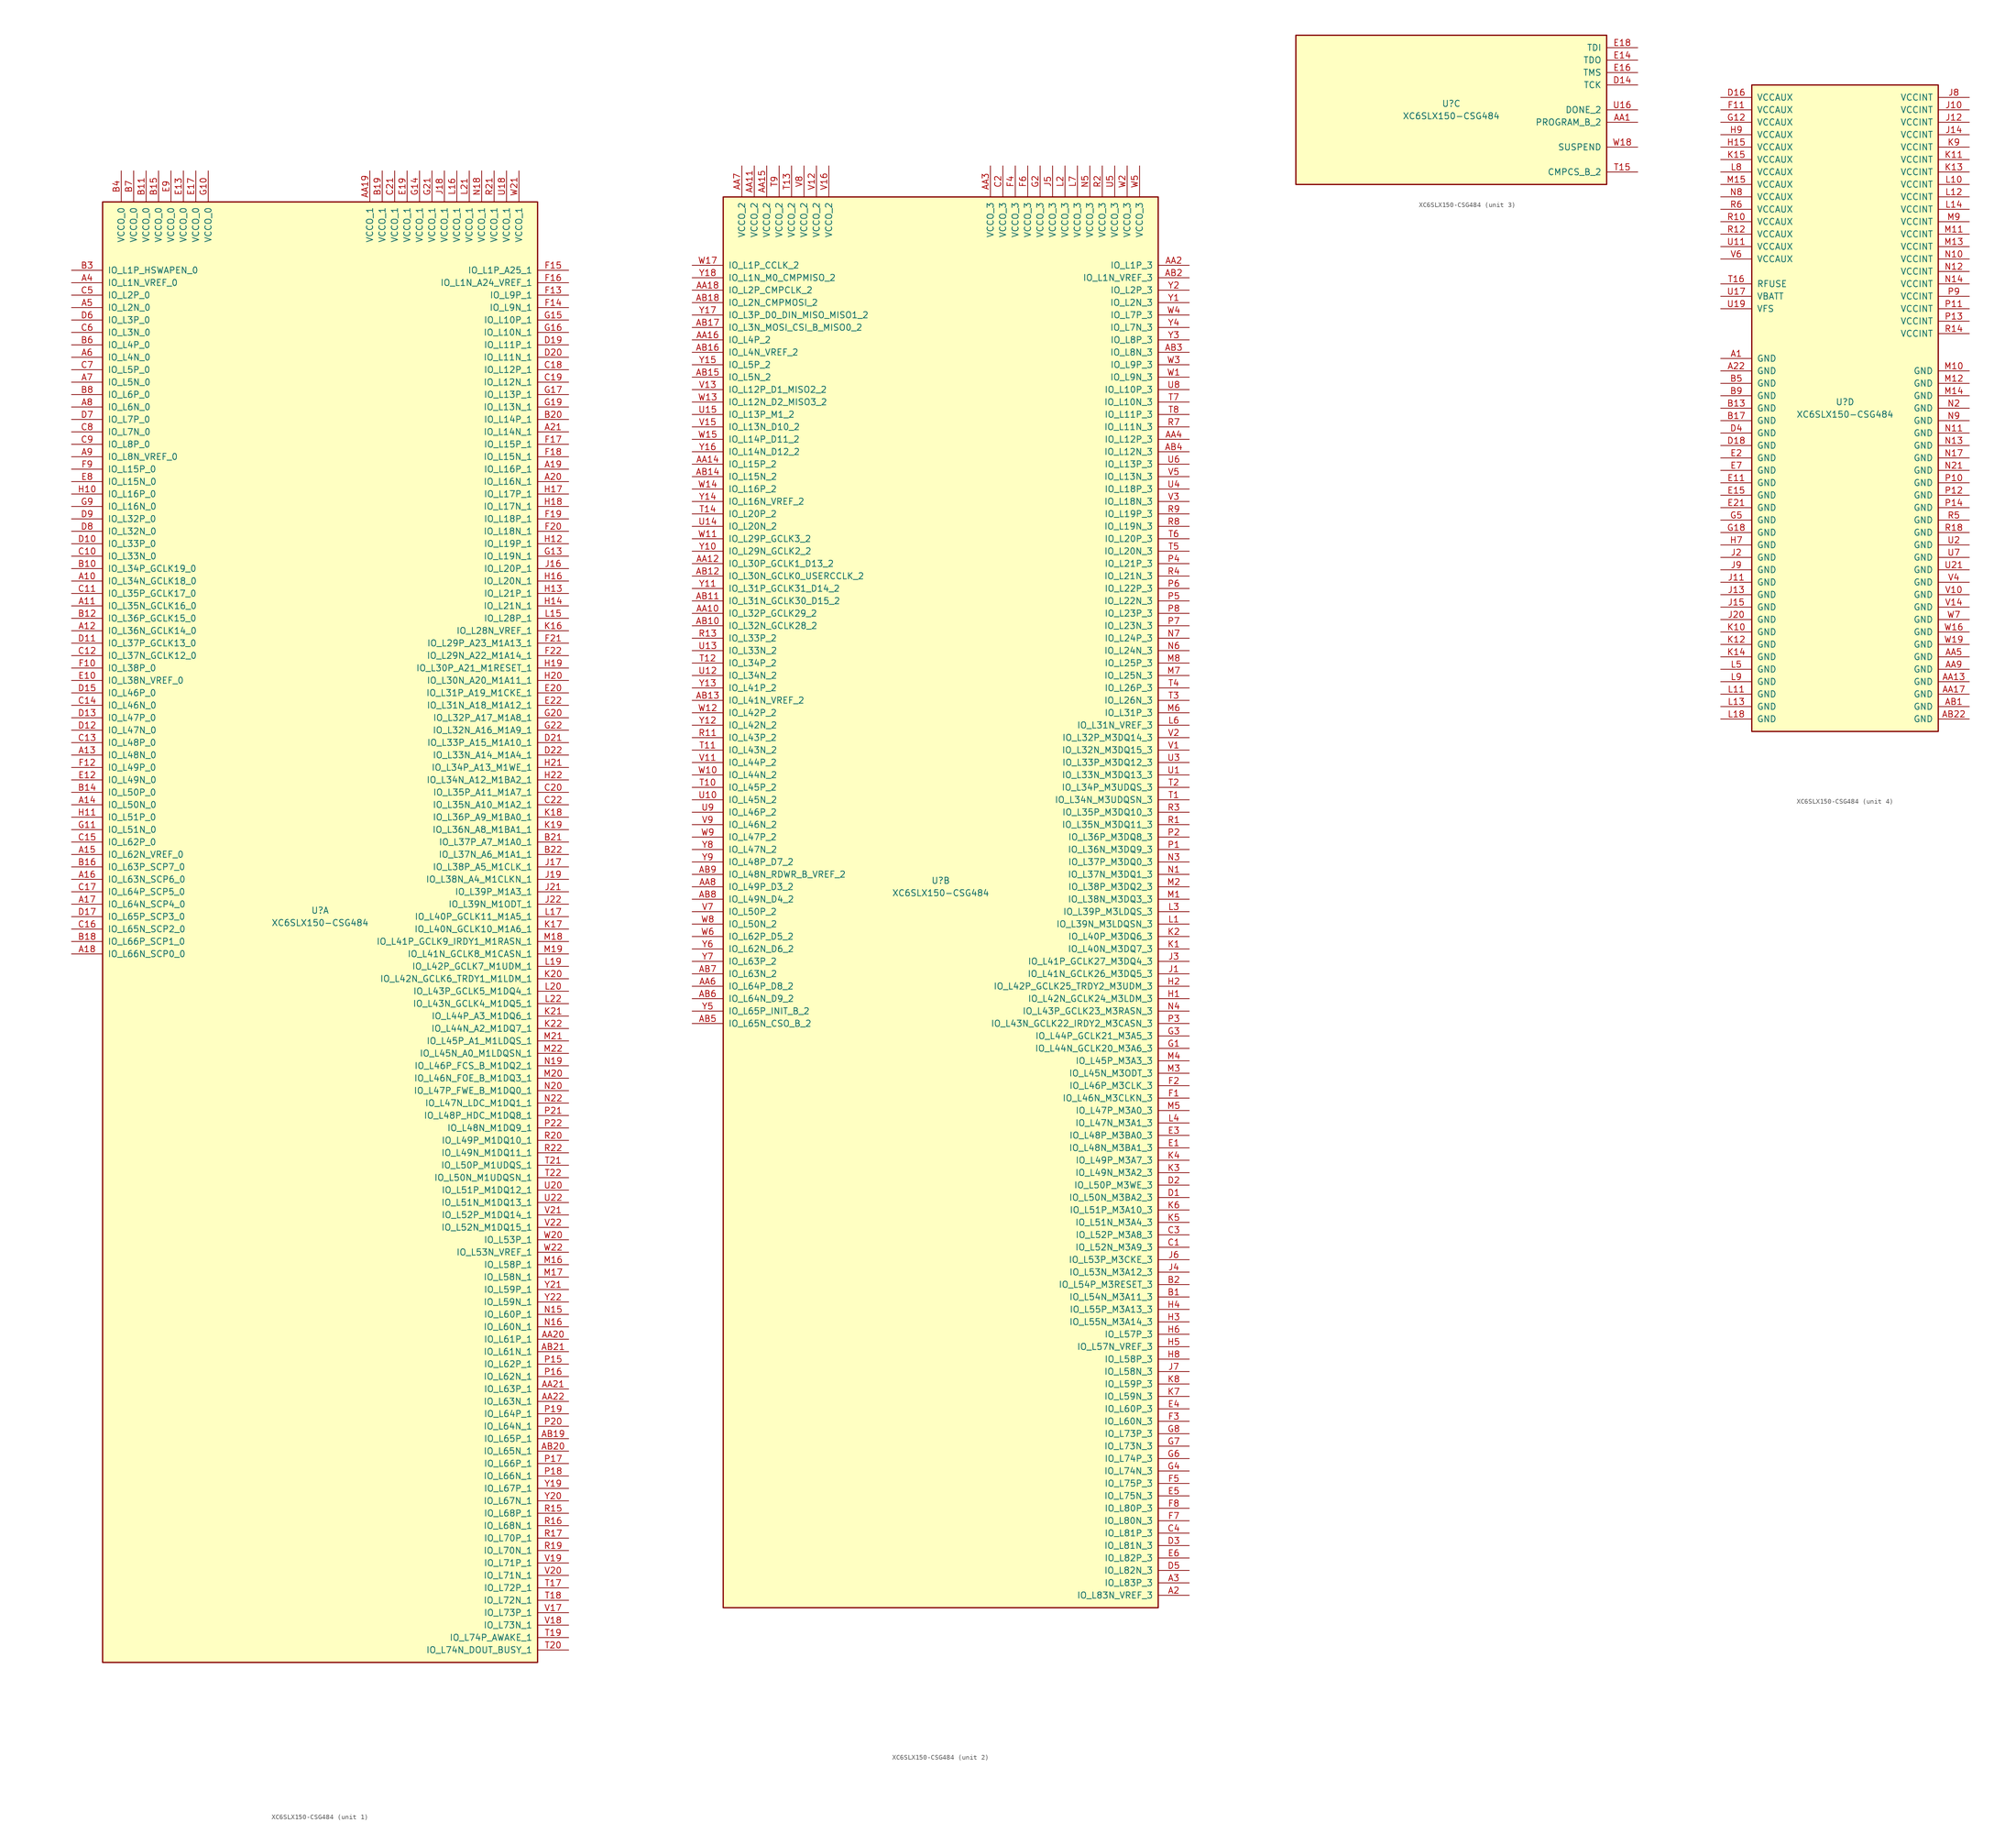
<source format=kicad_sym>
(kicad_symbol_lib
  (version 20201005)
  (generator kicad_symbol_editor)
  (symbol "XC6SLX150-CSG484"
    (pin_names
      (offset 1.016))
    (property "Reference" "U"
      (at 0 1.27 0)
      (effects (font (size 1.27 1.27))))
    (property "Value" "XC6SLX150-CSG484"
      (at 0 -1.27 0)
      (effects (font (size 1.27 1.27))))
    (property "Datasheet" ""
      (at 0 0 0)
      (effects (font (size 1.27 1.27))))
    (property "ki_locked" ""
      (at 0 0 0)
      (effects (font (size 1.27 1.27))))
    (symbol "XC6SLX150-CSG484_1_1"
      (rectangle (start -44.45 146.05) (end 44.45 -152.4) (stroke (width 0.254)) (fill (type background)))
      (pin power_in line (at -40.64 152.4 270) (length 6.35) (name "VCCO_0" (effects (font (size 1.27 1.27)))) (number "B4" (effects (font (size 1.27 1.27)))))
      (pin power_in line (at -38.1 152.4 270) (length 6.35) (name "VCCO_0" (effects (font (size 1.27 1.27)))) (number "B7" (effects (font (size 1.27 1.27)))))
      (pin power_in line (at -35.56 152.4 270) (length 6.35) (name "VCCO_0" (effects (font (size 1.27 1.27)))) (number "B11" (effects (font (size 1.27 1.27)))))
      (pin power_in line (at -33.02 152.4 270) (length 6.35) (name "VCCO_0" (effects (font (size 1.27 1.27)))) (number "B15" (effects (font (size 1.27 1.27)))))
      (pin power_in line (at -30.48 152.4 270) (length 6.35) (name "VCCO_0" (effects (font (size 1.27 1.27)))) (number "E9" (effects (font (size 1.27 1.27)))))
      (pin power_in line (at -27.94 152.4 270) (length 6.35) (name "VCCO_0" (effects (font (size 1.27 1.27)))) (number "E13" (effects (font (size 1.27 1.27)))))
      (pin power_in line (at -25.4 152.4 270) (length 6.35) (name "VCCO_0" (effects (font (size 1.27 1.27)))) (number "E17" (effects (font (size 1.27 1.27)))))
      (pin power_in line (at -22.86 152.4 270) (length 6.35) (name "VCCO_0" (effects (font (size 1.27 1.27)))) (number "G10" (effects (font (size 1.27 1.27)))))
      (pin bidirectional line (at -50.8 132.08 0) (length 6.35) (name "IO_L1P_HSWAPEN_0" (effects (font (size 1.27 1.27)))) (number "B3" (effects (font (size 1.27 1.27)))))
      (pin bidirectional line (at -50.8 129.54 0) (length 6.35) (name "IO_L1N_VREF_0" (effects (font (size 1.27 1.27)))) (number "A4" (effects (font (size 1.27 1.27)))))
      (pin bidirectional line (at -50.8 127 0) (length 6.35) (name "IO_L2P_0" (effects (font (size 1.27 1.27)))) (number "C5" (effects (font (size 1.27 1.27)))))
      (pin bidirectional line (at -50.8 124.46 0) (length 6.35) (name "IO_L2N_0" (effects (font (size 1.27 1.27)))) (number "A5" (effects (font (size 1.27 1.27)))))
      (pin bidirectional line (at -50.8 121.92 0) (length 6.35) (name "IO_L3P_0" (effects (font (size 1.27 1.27)))) (number "D6" (effects (font (size 1.27 1.27)))))
      (pin bidirectional line (at -50.8 119.38 0) (length 6.35) (name "IO_L3N_0" (effects (font (size 1.27 1.27)))) (number "C6" (effects (font (size 1.27 1.27)))))
      (pin bidirectional line (at -50.8 116.84 0) (length 6.35) (name "IO_L4P_0" (effects (font (size 1.27 1.27)))) (number "B6" (effects (font (size 1.27 1.27)))))
      (pin bidirectional line (at -50.8 114.3 0) (length 6.35) (name "IO_L4N_0" (effects (font (size 1.27 1.27)))) (number "A6" (effects (font (size 1.27 1.27)))))
      (pin bidirectional line (at -50.8 111.76 0) (length 6.35) (name "IO_L5P_0" (effects (font (size 1.27 1.27)))) (number "C7" (effects (font (size 1.27 1.27)))))
      (pin bidirectional line (at -50.8 109.22 0) (length 6.35) (name "IO_L5N_0" (effects (font (size 1.27 1.27)))) (number "A7" (effects (font (size 1.27 1.27)))))
      (pin bidirectional line (at -50.8 106.68 0) (length 6.35) (name "IO_L6P_0" (effects (font (size 1.27 1.27)))) (number "B8" (effects (font (size 1.27 1.27)))))
      (pin bidirectional line (at -50.8 104.14 0) (length 6.35) (name "IO_L6N_0" (effects (font (size 1.27 1.27)))) (number "A8" (effects (font (size 1.27 1.27)))))
      (pin bidirectional line (at -50.8 101.6 0) (length 6.35) (name "IO_L7P_0" (effects (font (size 1.27 1.27)))) (number "D7" (effects (font (size 1.27 1.27)))))
      (pin bidirectional line (at -50.8 99.06 0) (length 6.35) (name "IO_L7N_0" (effects (font (size 1.27 1.27)))) (number "C8" (effects (font (size 1.27 1.27)))))
      (pin bidirectional line (at -50.8 96.52 0) (length 6.35) (name "IO_L8P_0" (effects (font (size 1.27 1.27)))) (number "C9" (effects (font (size 1.27 1.27)))))
      (pin bidirectional line (at -50.8 93.98 0) (length 6.35) (name "IO_L8N_VREF_0" (effects (font (size 1.27 1.27)))) (number "A9" (effects (font (size 1.27 1.27)))))
      (pin bidirectional line (at -50.8 91.44 0) (length 6.35) (name "IO_L15P_0" (effects (font (size 1.27 1.27)))) (number "F9" (effects (font (size 1.27 1.27)))))
      (pin bidirectional line (at -50.8 88.9 0) (length 6.35) (name "IO_L15N_0" (effects (font (size 1.27 1.27)))) (number "E8" (effects (font (size 1.27 1.27)))))
      (pin bidirectional line (at -50.8 86.36 0) (length 6.35) (name "IO_L16P_0" (effects (font (size 1.27 1.27)))) (number "H10" (effects (font (size 1.27 1.27)))))
      (pin bidirectional line (at -50.8 83.82 0) (length 6.35) (name "IO_L16N_0" (effects (font (size 1.27 1.27)))) (number "G9" (effects (font (size 1.27 1.27)))))
      (pin bidirectional line (at -50.8 81.28 0) (length 6.35) (name "IO_L32P_0" (effects (font (size 1.27 1.27)))) (number "D9" (effects (font (size 1.27 1.27)))))
      (pin bidirectional line (at -50.8 78.74 0) (length 6.35) (name "IO_L32N_0" (effects (font (size 1.27 1.27)))) (number "D8" (effects (font (size 1.27 1.27)))))
      (pin bidirectional line (at -50.8 76.2 0) (length 6.35) (name "IO_L33P_0" (effects (font (size 1.27 1.27)))) (number "D10" (effects (font (size 1.27 1.27)))))
      (pin bidirectional line (at -50.8 73.66 0) (length 6.35) (name "IO_L33N_0" (effects (font (size 1.27 1.27)))) (number "C10" (effects (font (size 1.27 1.27)))))
      (pin bidirectional line (at -50.8 71.12 0) (length 6.35) (name "IO_L34P_GCLK19_0" (effects (font (size 1.27 1.27)))) (number "B10" (effects (font (size 1.27 1.27)))))
      (pin bidirectional line (at -50.8 68.58 0) (length 6.35) (name "IO_L34N_GCLK18_0" (effects (font (size 1.27 1.27)))) (number "A10" (effects (font (size 1.27 1.27)))))
      (pin bidirectional line (at -50.8 66.04 0) (length 6.35) (name "IO_L35P_GCLK17_0" (effects (font (size 1.27 1.27)))) (number "C11" (effects (font (size 1.27 1.27)))))
      (pin bidirectional line (at -50.8 63.5 0) (length 6.35) (name "IO_L35N_GCLK16_0" (effects (font (size 1.27 1.27)))) (number "A11" (effects (font (size 1.27 1.27)))))
      (pin bidirectional line (at -50.8 60.96 0) (length 6.35) (name "IO_L36P_GCLK15_0" (effects (font (size 1.27 1.27)))) (number "B12" (effects (font (size 1.27 1.27)))))
      (pin bidirectional line (at -50.8 58.42 0) (length 6.35) (name "IO_L36N_GCLK14_0" (effects (font (size 1.27 1.27)))) (number "A12" (effects (font (size 1.27 1.27)))))
      (pin bidirectional line (at -50.8 55.88 0) (length 6.35) (name "IO_L37P_GCLK13_0" (effects (font (size 1.27 1.27)))) (number "D11" (effects (font (size 1.27 1.27)))))
      (pin bidirectional line (at -50.8 53.34 0) (length 6.35) (name "IO_L37N_GCLK12_0" (effects (font (size 1.27 1.27)))) (number "C12" (effects (font (size 1.27 1.27)))))
      (pin bidirectional line (at -50.8 50.8 0) (length 6.35) (name "IO_L38P_0" (effects (font (size 1.27 1.27)))) (number "F10" (effects (font (size 1.27 1.27)))))
      (pin bidirectional line (at -50.8 48.26 0) (length 6.35) (name "IO_L38N_VREF_0" (effects (font (size 1.27 1.27)))) (number "E10" (effects (font (size 1.27 1.27)))))
      (pin bidirectional line (at -50.8 45.72 0) (length 6.35) (name "IO_L46P_0" (effects (font (size 1.27 1.27)))) (number "D15" (effects (font (size 1.27 1.27)))))
      (pin bidirectional line (at -50.8 43.18 0) (length 6.35) (name "IO_L46N_0" (effects (font (size 1.27 1.27)))) (number "C14" (effects (font (size 1.27 1.27)))))
      (pin bidirectional line (at -50.8 40.64 0) (length 6.35) (name "IO_L47P_0" (effects (font (size 1.27 1.27)))) (number "D13" (effects (font (size 1.27 1.27)))))
      (pin bidirectional line (at -50.8 38.1 0) (length 6.35) (name "IO_L47N_0" (effects (font (size 1.27 1.27)))) (number "D12" (effects (font (size 1.27 1.27)))))
      (pin bidirectional line (at -50.8 35.56 0) (length 6.35) (name "IO_L48P_0" (effects (font (size 1.27 1.27)))) (number "C13" (effects (font (size 1.27 1.27)))))
      (pin bidirectional line (at -50.8 33.02 0) (length 6.35) (name "IO_L48N_0" (effects (font (size 1.27 1.27)))) (number "A13" (effects (font (size 1.27 1.27)))))
      (pin bidirectional line (at -50.8 30.48 0) (length 6.35) (name "IO_L49P_0" (effects (font (size 1.27 1.27)))) (number "F12" (effects (font (size 1.27 1.27)))))
      (pin bidirectional line (at -50.8 27.94 0) (length 6.35) (name "IO_L49N_0" (effects (font (size 1.27 1.27)))) (number "E12" (effects (font (size 1.27 1.27)))))
      (pin bidirectional line (at -50.8 25.4 0) (length 6.35) (name "IO_L50P_0" (effects (font (size 1.27 1.27)))) (number "B14" (effects (font (size 1.27 1.27)))))
      (pin bidirectional line (at -50.8 22.86 0) (length 6.35) (name "IO_L50N_0" (effects (font (size 1.27 1.27)))) (number "A14" (effects (font (size 1.27 1.27)))))
      (pin bidirectional line (at -50.8 20.32 0) (length 6.35) (name "IO_L51P_0" (effects (font (size 1.27 1.27)))) (number "H11" (effects (font (size 1.27 1.27)))))
      (pin bidirectional line (at -50.8 17.78 0) (length 6.35) (name "IO_L51N_0" (effects (font (size 1.27 1.27)))) (number "G11" (effects (font (size 1.27 1.27)))))
      (pin bidirectional line (at -50.8 15.24 0) (length 6.35) (name "IO_L62P_0" (effects (font (size 1.27 1.27)))) (number "C15" (effects (font (size 1.27 1.27)))))
      (pin bidirectional line (at -50.8 12.7 0) (length 6.35) (name "IO_L62N_VREF_0" (effects (font (size 1.27 1.27)))) (number "A15" (effects (font (size 1.27 1.27)))))
      (pin bidirectional line (at -50.8 10.16 0) (length 6.35) (name "IO_L63P_SCP7_0" (effects (font (size 1.27 1.27)))) (number "B16" (effects (font (size 1.27 1.27)))))
      (pin bidirectional line (at -50.8 7.62 0) (length 6.35) (name "IO_L63N_SCP6_0" (effects (font (size 1.27 1.27)))) (number "A16" (effects (font (size 1.27 1.27)))))
      (pin bidirectional line (at -50.8 5.08 0) (length 6.35) (name "IO_L64P_SCP5_0" (effects (font (size 1.27 1.27)))) (number "C17" (effects (font (size 1.27 1.27)))))
      (pin bidirectional line (at -50.8 2.54 0) (length 6.35) (name "IO_L64N_SCP4_0" (effects (font (size 1.27 1.27)))) (number "A17" (effects (font (size 1.27 1.27)))))
      (pin bidirectional line (at -50.8 0 0) (length 6.35) (name "IO_L65P_SCP3_0" (effects (font (size 1.27 1.27)))) (number "D17" (effects (font (size 1.27 1.27)))))
      (pin bidirectional line (at -50.8 -2.54 0) (length 6.35) (name "IO_L65N_SCP2_0" (effects (font (size 1.27 1.27)))) (number "C16" (effects (font (size 1.27 1.27)))))
      (pin bidirectional line (at -50.8 -5.08 0) (length 6.35) (name "IO_L66P_SCP1_0" (effects (font (size 1.27 1.27)))) (number "B18" (effects (font (size 1.27 1.27)))))
      (pin bidirectional line (at -50.8 -7.62 0) (length 6.35) (name "IO_L66N_SCP0_0" (effects (font (size 1.27 1.27)))) (number "A18" (effects (font (size 1.27 1.27)))))
      (pin power_in line (at 10.16 152.4 270) (length 6.35) (name "VCCO_1" (effects (font (size 1.27 1.27)))) (number "AA19" (effects (font (size 1.27 1.27)))))
      (pin power_in line (at 12.7 152.4 270) (length 6.35) (name "VCCO_1" (effects (font (size 1.27 1.27)))) (number "B19" (effects (font (size 1.27 1.27)))))
      (pin power_in line (at 15.24 152.4 270) (length 6.35) (name "VCCO_1" (effects (font (size 1.27 1.27)))) (number "C21" (effects (font (size 1.27 1.27)))))
      (pin power_in line (at 17.78 152.4 270) (length 6.35) (name "VCCO_1" (effects (font (size 1.27 1.27)))) (number "E19" (effects (font (size 1.27 1.27)))))
      (pin power_in line (at 20.32 152.4 270) (length 6.35) (name "VCCO_1" (effects (font (size 1.27 1.27)))) (number "G14" (effects (font (size 1.27 1.27)))))
      (pin power_in line (at 22.86 152.4 270) (length 6.35) (name "VCCO_1" (effects (font (size 1.27 1.27)))) (number "G21" (effects (font (size 1.27 1.27)))))
      (pin power_in line (at 25.4 152.4 270) (length 6.35) (name "VCCO_1" (effects (font (size 1.27 1.27)))) (number "J18" (effects (font (size 1.27 1.27)))))
      (pin power_in line (at 27.94 152.4 270) (length 6.35) (name "VCCO_1" (effects (font (size 1.27 1.27)))) (number "L16" (effects (font (size 1.27 1.27)))))
      (pin power_in line (at 30.48 152.4 270) (length 6.35) (name "VCCO_1" (effects (font (size 1.27 1.27)))) (number "L21" (effects (font (size 1.27 1.27)))))
      (pin power_in line (at 33.02 152.4 270) (length 6.35) (name "VCCO_1" (effects (font (size 1.27 1.27)))) (number "N18" (effects (font (size 1.27 1.27)))))
      (pin power_in line (at 35.56 152.4 270) (length 6.35) (name "VCCO_1" (effects (font (size 1.27 1.27)))) (number "R21" (effects (font (size 1.27 1.27)))))
      (pin power_in line (at 38.1 152.4 270) (length 6.35) (name "VCCO_1" (effects (font (size 1.27 1.27)))) (number "U18" (effects (font (size 1.27 1.27)))))
      (pin power_in line (at 40.64 152.4 270) (length 6.35) (name "VCCO_1" (effects (font (size 1.27 1.27)))) (number "W21" (effects (font (size 1.27 1.27)))))
      (pin bidirectional line (at 50.8 132.08 180) (length 6.35) (name "IO_L1P_A25_1" (effects (font (size 1.27 1.27)))) (number "F15" (effects (font (size 1.27 1.27)))))
      (pin bidirectional line (at 50.8 129.54 180) (length 6.35) (name "IO_L1N_A24_VREF_1" (effects (font (size 1.27 1.27)))) (number "F16" (effects (font (size 1.27 1.27)))))
      (pin bidirectional line (at 50.8 127 180) (length 6.35) (name "IO_L9P_1" (effects (font (size 1.27 1.27)))) (number "F13" (effects (font (size 1.27 1.27)))))
      (pin bidirectional line (at 50.8 124.46 180) (length 6.35) (name "IO_L9N_1" (effects (font (size 1.27 1.27)))) (number "F14" (effects (font (size 1.27 1.27)))))
      (pin bidirectional line (at 50.8 121.92 180) (length 6.35) (name "IO_L10P_1" (effects (font (size 1.27 1.27)))) (number "G15" (effects (font (size 1.27 1.27)))))
      (pin bidirectional line (at 50.8 119.38 180) (length 6.35) (name "IO_L10N_1" (effects (font (size 1.27 1.27)))) (number "G16" (effects (font (size 1.27 1.27)))))
      (pin bidirectional line (at 50.8 116.84 180) (length 6.35) (name "IO_L11P_1" (effects (font (size 1.27 1.27)))) (number "D19" (effects (font (size 1.27 1.27)))))
      (pin bidirectional line (at 50.8 114.3 180) (length 6.35) (name "IO_L11N_1" (effects (font (size 1.27 1.27)))) (number "D20" (effects (font (size 1.27 1.27)))))
      (pin bidirectional line (at 50.8 111.76 180) (length 6.35) (name "IO_L12P_1" (effects (font (size 1.27 1.27)))) (number "C18" (effects (font (size 1.27 1.27)))))
      (pin bidirectional line (at 50.8 109.22 180) (length 6.35) (name "IO_L12N_1" (effects (font (size 1.27 1.27)))) (number "C19" (effects (font (size 1.27 1.27)))))
      (pin bidirectional line (at 50.8 106.68 180) (length 6.35) (name "IO_L13P_1" (effects (font (size 1.27 1.27)))) (number "G17" (effects (font (size 1.27 1.27)))))
      (pin bidirectional line (at 50.8 104.14 180) (length 6.35) (name "IO_L13N_1" (effects (font (size 1.27 1.27)))) (number "G19" (effects (font (size 1.27 1.27)))))
      (pin bidirectional line (at 50.8 101.6 180) (length 6.35) (name "IO_L14P_1" (effects (font (size 1.27 1.27)))) (number "B20" (effects (font (size 1.27 1.27)))))
      (pin bidirectional line (at 50.8 99.06 180) (length 6.35) (name "IO_L14N_1" (effects (font (size 1.27 1.27)))) (number "A21" (effects (font (size 1.27 1.27)))))
      (pin bidirectional line (at 50.8 96.52 180) (length 6.35) (name "IO_L15P_1" (effects (font (size 1.27 1.27)))) (number "F17" (effects (font (size 1.27 1.27)))))
      (pin bidirectional line (at 50.8 93.98 180) (length 6.35) (name "IO_L15N_1" (effects (font (size 1.27 1.27)))) (number "F18" (effects (font (size 1.27 1.27)))))
      (pin bidirectional line (at 50.8 91.44 180) (length 6.35) (name "IO_L16P_1" (effects (font (size 1.27 1.27)))) (number "A19" (effects (font (size 1.27 1.27)))))
      (pin bidirectional line (at 50.8 88.9 180) (length 6.35) (name "IO_L16N_1" (effects (font (size 1.27 1.27)))) (number "A20" (effects (font (size 1.27 1.27)))))
      (pin bidirectional line (at 50.8 86.36 180) (length 6.35) (name "IO_L17P_1" (effects (font (size 1.27 1.27)))) (number "H17" (effects (font (size 1.27 1.27)))))
      (pin bidirectional line (at 50.8 83.82 180) (length 6.35) (name "IO_L17N_1" (effects (font (size 1.27 1.27)))) (number "H18" (effects (font (size 1.27 1.27)))))
      (pin bidirectional line (at 50.8 81.28 180) (length 6.35) (name "IO_L18P_1" (effects (font (size 1.27 1.27)))) (number "F19" (effects (font (size 1.27 1.27)))))
      (pin bidirectional line (at 50.8 78.74 180) (length 6.35) (name "IO_L18N_1" (effects (font (size 1.27 1.27)))) (number "F20" (effects (font (size 1.27 1.27)))))
      (pin bidirectional line (at 50.8 76.2 180) (length 6.35) (name "IO_L19P_1" (effects (font (size 1.27 1.27)))) (number "H12" (effects (font (size 1.27 1.27)))))
      (pin bidirectional line (at 50.8 73.66 180) (length 6.35) (name "IO_L19N_1" (effects (font (size 1.27 1.27)))) (number "G13" (effects (font (size 1.27 1.27)))))
      (pin bidirectional line (at 50.8 71.12 180) (length 6.35) (name "IO_L20P_1" (effects (font (size 1.27 1.27)))) (number "J16" (effects (font (size 1.27 1.27)))))
      (pin bidirectional line (at 50.8 68.58 180) (length 6.35) (name "IO_L20N_1" (effects (font (size 1.27 1.27)))) (number "H16" (effects (font (size 1.27 1.27)))))
      (pin bidirectional line (at 50.8 66.04 180) (length 6.35) (name "IO_L21P_1" (effects (font (size 1.27 1.27)))) (number "H13" (effects (font (size 1.27 1.27)))))
      (pin bidirectional line (at 50.8 63.5 180) (length 6.35) (name "IO_L21N_1" (effects (font (size 1.27 1.27)))) (number "H14" (effects (font (size 1.27 1.27)))))
      (pin bidirectional line (at 50.8 60.96 180) (length 6.35) (name "IO_L28P_1" (effects (font (size 1.27 1.27)))) (number "L15" (effects (font (size 1.27 1.27)))))
      (pin bidirectional line (at 50.8 58.42 180) (length 6.35) (name "IO_L28N_VREF_1" (effects (font (size 1.27 1.27)))) (number "K16" (effects (font (size 1.27 1.27)))))
      (pin bidirectional line (at 50.8 55.88 180) (length 6.35) (name "IO_L29P_A23_M1A13_1" (effects (font (size 1.27 1.27)))) (number "F21" (effects (font (size 1.27 1.27)))))
      (pin bidirectional line (at 50.8 53.34 180) (length 6.35) (name "IO_L29N_A22_M1A14_1" (effects (font (size 1.27 1.27)))) (number "F22" (effects (font (size 1.27 1.27)))))
      (pin bidirectional line (at 50.8 50.8 180) (length 6.35) (name "IO_L30P_A21_M1RESET_1" (effects (font (size 1.27 1.27)))) (number "H19" (effects (font (size 1.27 1.27)))))
      (pin bidirectional line (at 50.8 48.26 180) (length 6.35) (name "IO_L30N_A20_M1A11_1" (effects (font (size 1.27 1.27)))) (number "H20" (effects (font (size 1.27 1.27)))))
      (pin bidirectional line (at 50.8 45.72 180) (length 6.35) (name "IO_L31P_A19_M1CKE_1" (effects (font (size 1.27 1.27)))) (number "E20" (effects (font (size 1.27 1.27)))))
      (pin bidirectional line (at 50.8 43.18 180) (length 6.35) (name "IO_L31N_A18_M1A12_1" (effects (font (size 1.27 1.27)))) (number "E22" (effects (font (size 1.27 1.27)))))
      (pin bidirectional line (at 50.8 40.64 180) (length 6.35) (name "IO_L32P_A17_M1A8_1" (effects (font (size 1.27 1.27)))) (number "G20" (effects (font (size 1.27 1.27)))))
      (pin bidirectional line (at 50.8 38.1 180) (length 6.35) (name "IO_L32N_A16_M1A9_1" (effects (font (size 1.27 1.27)))) (number "G22" (effects (font (size 1.27 1.27)))))
      (pin bidirectional line (at 50.8 35.56 180) (length 6.35) (name "IO_L33P_A15_M1A10_1" (effects (font (size 1.27 1.27)))) (number "D21" (effects (font (size 1.27 1.27)))))
      (pin bidirectional line (at 50.8 33.02 180) (length 6.35) (name "IO_L33N_A14_M1A4_1" (effects (font (size 1.27 1.27)))) (number "D22" (effects (font (size 1.27 1.27)))))
      (pin bidirectional line (at 50.8 30.48 180) (length 6.35) (name "IO_L34P_A13_M1WE_1" (effects (font (size 1.27 1.27)))) (number "H21" (effects (font (size 1.27 1.27)))))
      (pin bidirectional line (at 50.8 27.94 180) (length 6.35) (name "IO_L34N_A12_M1BA2_1" (effects (font (size 1.27 1.27)))) (number "H22" (effects (font (size 1.27 1.27)))))
      (pin bidirectional line (at 50.8 25.4 180) (length 6.35) (name "IO_L35P_A11_M1A7_1" (effects (font (size 1.27 1.27)))) (number "C20" (effects (font (size 1.27 1.27)))))
      (pin bidirectional line (at 50.8 22.86 180) (length 6.35) (name "IO_L35N_A10_M1A2_1" (effects (font (size 1.27 1.27)))) (number "C22" (effects (font (size 1.27 1.27)))))
      (pin bidirectional line (at 50.8 20.32 180) (length 6.35) (name "IO_L36P_A9_M1BA0_1" (effects (font (size 1.27 1.27)))) (number "K18" (effects (font (size 1.27 1.27)))))
      (pin bidirectional line (at 50.8 17.78 180) (length 6.35) (name "IO_L36N_A8_M1BA1_1" (effects (font (size 1.27 1.27)))) (number "K19" (effects (font (size 1.27 1.27)))))
      (pin bidirectional line (at 50.8 15.24 180) (length 6.35) (name "IO_L37P_A7_M1A0_1" (effects (font (size 1.27 1.27)))) (number "B21" (effects (font (size 1.27 1.27)))))
      (pin bidirectional line (at 50.8 12.7 180) (length 6.35) (name "IO_L37N_A6_M1A1_1" (effects (font (size 1.27 1.27)))) (number "B22" (effects (font (size 1.27 1.27)))))
      (pin bidirectional line (at 50.8 10.16 180) (length 6.35) (name "IO_L38P_A5_M1CLK_1" (effects (font (size 1.27 1.27)))) (number "J17" (effects (font (size 1.27 1.27)))))
      (pin bidirectional line (at 50.8 7.62 180) (length 6.35) (name "IO_L38N_A4_M1CLKN_1" (effects (font (size 1.27 1.27)))) (number "J19" (effects (font (size 1.27 1.27)))))
      (pin bidirectional line (at 50.8 5.08 180) (length 6.35) (name "IO_L39P_M1A3_1" (effects (font (size 1.27 1.27)))) (number "J21" (effects (font (size 1.27 1.27)))))
      (pin bidirectional line (at 50.8 2.54 180) (length 6.35) (name "IO_L39N_M1ODT_1" (effects (font (size 1.27 1.27)))) (number "J22" (effects (font (size 1.27 1.27)))))
      (pin bidirectional line (at 50.8 0 180) (length 6.35) (name "IO_L40P_GCLK11_M1A5_1" (effects (font (size 1.27 1.27)))) (number "L17" (effects (font (size 1.27 1.27)))))
      (pin bidirectional line (at 50.8 -2.54 180) (length 6.35) (name "IO_L40N_GCLK10_M1A6_1" (effects (font (size 1.27 1.27)))) (number "K17" (effects (font (size 1.27 1.27)))))
      (pin bidirectional line (at 50.8 -5.08 180) (length 6.35) (name "IO_L41P_GCLK9_IRDY1_M1RASN_1" (effects (font (size 1.27 1.27)))) (number "M18" (effects (font (size 1.27 1.27)))))
      (pin bidirectional line (at 50.8 -7.62 180) (length 6.35) (name "IO_L41N_GCLK8_M1CASN_1" (effects (font (size 1.27 1.27)))) (number "M19" (effects (font (size 1.27 1.27)))))
      (pin bidirectional line (at 50.8 -10.16 180) (length 6.35) (name "IO_L42P_GCLK7_M1UDM_1" (effects (font (size 1.27 1.27)))) (number "L19" (effects (font (size 1.27 1.27)))))
      (pin bidirectional line (at 50.8 -12.7 180) (length 6.35) (name "IO_L42N_GCLK6_TRDY1_M1LDM_1" (effects (font (size 1.27 1.27)))) (number "K20" (effects (font (size 1.27 1.27)))))
      (pin bidirectional line (at 50.8 -15.24 180) (length 6.35) (name "IO_L43P_GCLK5_M1DQ4_1" (effects (font (size 1.27 1.27)))) (number "L20" (effects (font (size 1.27 1.27)))))
      (pin bidirectional line (at 50.8 -17.78 180) (length 6.35) (name "IO_L43N_GCLK4_M1DQ5_1" (effects (font (size 1.27 1.27)))) (number "L22" (effects (font (size 1.27 1.27)))))
      (pin bidirectional line (at 50.8 -20.32 180) (length 6.35) (name "IO_L44P_A3_M1DQ6_1" (effects (font (size 1.27 1.27)))) (number "K21" (effects (font (size 1.27 1.27)))))
      (pin bidirectional line (at 50.8 -22.86 180) (length 6.35) (name "IO_L44N_A2_M1DQ7_1" (effects (font (size 1.27 1.27)))) (number "K22" (effects (font (size 1.27 1.27)))))
      (pin bidirectional line (at 50.8 -25.4 180) (length 6.35) (name "IO_L45P_A1_M1LDQS_1" (effects (font (size 1.27 1.27)))) (number "M21" (effects (font (size 1.27 1.27)))))
      (pin bidirectional line (at 50.8 -27.94 180) (length 6.35) (name "IO_L45N_A0_M1LDQSN_1" (effects (font (size 1.27 1.27)))) (number "M22" (effects (font (size 1.27 1.27)))))
      (pin bidirectional line (at 50.8 -30.48 180) (length 6.35) (name "IO_L46P_FCS_B_M1DQ2_1" (effects (font (size 1.27 1.27)))) (number "N19" (effects (font (size 1.27 1.27)))))
      (pin bidirectional line (at 50.8 -33.02 180) (length 6.35) (name "IO_L46N_FOE_B_M1DQ3_1" (effects (font (size 1.27 1.27)))) (number "M20" (effects (font (size 1.27 1.27)))))
      (pin bidirectional line (at 50.8 -35.56 180) (length 6.35) (name "IO_L47P_FWE_B_M1DQ0_1" (effects (font (size 1.27 1.27)))) (number "N20" (effects (font (size 1.27 1.27)))))
      (pin bidirectional line (at 50.8 -38.1 180) (length 6.35) (name "IO_L47N_LDC_M1DQ1_1" (effects (font (size 1.27 1.27)))) (number "N22" (effects (font (size 1.27 1.27)))))
      (pin bidirectional line (at 50.8 -40.64 180) (length 6.35) (name "IO_L48P_HDC_M1DQ8_1" (effects (font (size 1.27 1.27)))) (number "P21" (effects (font (size 1.27 1.27)))))
      (pin bidirectional line (at 50.8 -43.18 180) (length 6.35) (name "IO_L48N_M1DQ9_1" (effects (font (size 1.27 1.27)))) (number "P22" (effects (font (size 1.27 1.27)))))
      (pin bidirectional line (at 50.8 -45.72 180) (length 6.35) (name "IO_L49P_M1DQ10_1" (effects (font (size 1.27 1.27)))) (number "R20" (effects (font (size 1.27 1.27)))))
      (pin bidirectional line (at 50.8 -48.26 180) (length 6.35) (name "IO_L49N_M1DQ11_1" (effects (font (size 1.27 1.27)))) (number "R22" (effects (font (size 1.27 1.27)))))
      (pin bidirectional line (at 50.8 -50.8 180) (length 6.35) (name "IO_L50P_M1UDQS_1" (effects (font (size 1.27 1.27)))) (number "T21" (effects (font (size 1.27 1.27)))))
      (pin bidirectional line (at 50.8 -53.34 180) (length 6.35) (name "IO_L50N_M1UDQSN_1" (effects (font (size 1.27 1.27)))) (number "T22" (effects (font (size 1.27 1.27)))))
      (pin bidirectional line (at 50.8 -55.88 180) (length 6.35) (name "IO_L51P_M1DQ12_1" (effects (font (size 1.27 1.27)))) (number "U20" (effects (font (size 1.27 1.27)))))
      (pin bidirectional line (at 50.8 -58.42 180) (length 6.35) (name "IO_L51N_M1DQ13_1" (effects (font (size 1.27 1.27)))) (number "U22" (effects (font (size 1.27 1.27)))))
      (pin bidirectional line (at 50.8 -60.96 180) (length 6.35) (name "IO_L52P_M1DQ14_1" (effects (font (size 1.27 1.27)))) (number "V21" (effects (font (size 1.27 1.27)))))
      (pin bidirectional line (at 50.8 -63.5 180) (length 6.35) (name "IO_L52N_M1DQ15_1" (effects (font (size 1.27 1.27)))) (number "V22" (effects (font (size 1.27 1.27)))))
      (pin bidirectional line (at 50.8 -66.04 180) (length 6.35) (name "IO_L53P_1" (effects (font (size 1.27 1.27)))) (number "W20" (effects (font (size 1.27 1.27)))))
      (pin bidirectional line (at 50.8 -68.58 180) (length 6.35) (name "IO_L53N_VREF_1" (effects (font (size 1.27 1.27)))) (number "W22" (effects (font (size 1.27 1.27)))))
      (pin bidirectional line (at 50.8 -71.12 180) (length 6.35) (name "IO_L58P_1" (effects (font (size 1.27 1.27)))) (number "M16" (effects (font (size 1.27 1.27)))))
      (pin bidirectional line (at 50.8 -73.66 180) (length 6.35) (name "IO_L58N_1" (effects (font (size 1.27 1.27)))) (number "M17" (effects (font (size 1.27 1.27)))))
      (pin bidirectional line (at 50.8 -76.2 180) (length 6.35) (name "IO_L59P_1" (effects (font (size 1.27 1.27)))) (number "Y21" (effects (font (size 1.27 1.27)))))
      (pin bidirectional line (at 50.8 -78.74 180) (length 6.35) (name "IO_L59N_1" (effects (font (size 1.27 1.27)))) (number "Y22" (effects (font (size 1.27 1.27)))))
      (pin bidirectional line (at 50.8 -81.28 180) (length 6.35) (name "IO_L60P_1" (effects (font (size 1.27 1.27)))) (number "N15" (effects (font (size 1.27 1.27)))))
      (pin bidirectional line (at 50.8 -83.82 180) (length 6.35) (name "IO_L60N_1" (effects (font (size 1.27 1.27)))) (number "N16" (effects (font (size 1.27 1.27)))))
      (pin bidirectional line (at 50.8 -86.36 180) (length 6.35) (name "IO_L61P_1" (effects (font (size 1.27 1.27)))) (number "AA20" (effects (font (size 1.27 1.27)))))
      (pin bidirectional line (at 50.8 -88.9 180) (length 6.35) (name "IO_L61N_1" (effects (font (size 1.27 1.27)))) (number "AB21" (effects (font (size 1.27 1.27)))))
      (pin bidirectional line (at 50.8 -91.44 180) (length 6.35) (name "IO_L62P_1" (effects (font (size 1.27 1.27)))) (number "P15" (effects (font (size 1.27 1.27)))))
      (pin bidirectional line (at 50.8 -93.98 180) (length 6.35) (name "IO_L62N_1" (effects (font (size 1.27 1.27)))) (number "P16" (effects (font (size 1.27 1.27)))))
      (pin bidirectional line (at 50.8 -96.52 180) (length 6.35) (name "IO_L63P_1" (effects (font (size 1.27 1.27)))) (number "AA21" (effects (font (size 1.27 1.27)))))
      (pin bidirectional line (at 50.8 -99.06 180) (length 6.35) (name "IO_L63N_1" (effects (font (size 1.27 1.27)))) (number "AA22" (effects (font (size 1.27 1.27)))))
      (pin bidirectional line (at 50.8 -101.6 180) (length 6.35) (name "IO_L64P_1" (effects (font (size 1.27 1.27)))) (number "P19" (effects (font (size 1.27 1.27)))))
      (pin bidirectional line (at 50.8 -104.14 180) (length 6.35) (name "IO_L64N_1" (effects (font (size 1.27 1.27)))) (number "P20" (effects (font (size 1.27 1.27)))))
      (pin bidirectional line (at 50.8 -106.68 180) (length 6.35) (name "IO_L65P_1" (effects (font (size 1.27 1.27)))) (number "AB19" (effects (font (size 1.27 1.27)))))
      (pin bidirectional line (at 50.8 -109.22 180) (length 6.35) (name "IO_L65N_1" (effects (font (size 1.27 1.27)))) (number "AB20" (effects (font (size 1.27 1.27)))))
      (pin bidirectional line (at 50.8 -111.76 180) (length 6.35) (name "IO_L66P_1" (effects (font (size 1.27 1.27)))) (number "P17" (effects (font (size 1.27 1.27)))))
      (pin bidirectional line (at 50.8 -114.3 180) (length 6.35) (name "IO_L66N_1" (effects (font (size 1.27 1.27)))) (number "P18" (effects (font (size 1.27 1.27)))))
      (pin bidirectional line (at 50.8 -116.84 180) (length 6.35) (name "IO_L67P_1" (effects (font (size 1.27 1.27)))) (number "Y19" (effects (font (size 1.27 1.27)))))
      (pin bidirectional line (at 50.8 -119.38 180) (length 6.35) (name "IO_L67N_1" (effects (font (size 1.27 1.27)))) (number "Y20" (effects (font (size 1.27 1.27)))))
      (pin bidirectional line (at 50.8 -121.92 180) (length 6.35) (name "IO_L68P_1" (effects (font (size 1.27 1.27)))) (number "R15" (effects (font (size 1.27 1.27)))))
      (pin bidirectional line (at 50.8 -124.46 180) (length 6.35) (name "IO_L68N_1" (effects (font (size 1.27 1.27)))) (number "R16" (effects (font (size 1.27 1.27)))))
      (pin bidirectional line (at 50.8 -127 180) (length 6.35) (name "IO_L70P_1" (effects (font (size 1.27 1.27)))) (number "R17" (effects (font (size 1.27 1.27)))))
      (pin bidirectional line (at 50.8 -129.54 180) (length 6.35) (name "IO_L70N_1" (effects (font (size 1.27 1.27)))) (number "R19" (effects (font (size 1.27 1.27)))))
      (pin bidirectional line (at 50.8 -132.08 180) (length 6.35) (name "IO_L71P_1" (effects (font (size 1.27 1.27)))) (number "V19" (effects (font (size 1.27 1.27)))))
      (pin bidirectional line (at 50.8 -134.62 180) (length 6.35) (name "IO_L71N_1" (effects (font (size 1.27 1.27)))) (number "V20" (effects (font (size 1.27 1.27)))))
      (pin bidirectional line (at 50.8 -137.16 180) (length 6.35) (name "IO_L72P_1" (effects (font (size 1.27 1.27)))) (number "T17" (effects (font (size 1.27 1.27)))))
      (pin bidirectional line (at 50.8 -139.7 180) (length 6.35) (name "IO_L72N_1" (effects (font (size 1.27 1.27)))) (number "T18" (effects (font (size 1.27 1.27)))))
      (pin bidirectional line (at 50.8 -142.24 180) (length 6.35) (name "IO_L73P_1" (effects (font (size 1.27 1.27)))) (number "V17" (effects (font (size 1.27 1.27)))))
      (pin bidirectional line (at 50.8 -144.78 180) (length 6.35) (name "IO_L73N_1" (effects (font (size 1.27 1.27)))) (number "V18" (effects (font (size 1.27 1.27)))))
      (pin bidirectional line (at 50.8 -147.32 180) (length 6.35) (name "IO_L74P_AWAKE_1" (effects (font (size 1.27 1.27)))) (number "T19" (effects (font (size 1.27 1.27)))))
      (pin bidirectional line (at 50.8 -149.86 180) (length 6.35) (name "IO_L74N_DOUT_BUSY_1" (effects (font (size 1.27 1.27)))) (number "T20" (effects (font (size 1.27 1.27))))))
    (symbol "XC6SLX150-CSG484_2_1"
      (rectangle (start -44.45 140.97) (end 44.45 -147.32) (stroke (width 0.254)) (fill (type background)))
      (pin power_in line (at -40.64 147.32 270) (length 6.35) (name "VCCO_2" (effects (font (size 1.27 1.27)))) (number "AA7" (effects (font (size 1.27 1.27)))))
      (pin power_in line (at -38.1 147.32 270) (length 6.35) (name "VCCO_2" (effects (font (size 1.27 1.27)))) (number "AA11" (effects (font (size 1.27 1.27)))))
      (pin power_in line (at -35.56 147.32 270) (length 6.35) (name "VCCO_2" (effects (font (size 1.27 1.27)))) (number "AA15" (effects (font (size 1.27 1.27)))))
      (pin power_in line (at -33.02 147.32 270) (length 6.35) (name "VCCO_2" (effects (font (size 1.27 1.27)))) (number "T9" (effects (font (size 1.27 1.27)))))
      (pin power_in line (at -30.48 147.32 270) (length 6.35) (name "VCCO_2" (effects (font (size 1.27 1.27)))) (number "T13" (effects (font (size 1.27 1.27)))))
      (pin power_in line (at -27.94 147.32 270) (length 6.35) (name "VCCO_2" (effects (font (size 1.27 1.27)))) (number "V8" (effects (font (size 1.27 1.27)))))
      (pin power_in line (at -25.4 147.32 270) (length 6.35) (name "VCCO_2" (effects (font (size 1.27 1.27)))) (number "V12" (effects (font (size 1.27 1.27)))))
      (pin power_in line (at -22.86 147.32 270) (length 6.35) (name "VCCO_2" (effects (font (size 1.27 1.27)))) (number "V16" (effects (font (size 1.27 1.27)))))
      (pin bidirectional line (at -50.8 127 0) (length 6.35) (name "IO_L1P_CCLK_2" (effects (font (size 1.27 1.27)))) (number "W17" (effects (font (size 1.27 1.27)))))
      (pin bidirectional line (at -50.8 124.46 0) (length 6.35) (name "IO_L1N_M0_CMPMISO_2" (effects (font (size 1.27 1.27)))) (number "Y18" (effects (font (size 1.27 1.27)))))
      (pin bidirectional line (at -50.8 121.92 0) (length 6.35) (name "IO_L2P_CMPCLK_2" (effects (font (size 1.27 1.27)))) (number "AA18" (effects (font (size 1.27 1.27)))))
      (pin bidirectional line (at -50.8 119.38 0) (length 6.35) (name "IO_L2N_CMPMOSI_2" (effects (font (size 1.27 1.27)))) (number "AB18" (effects (font (size 1.27 1.27)))))
      (pin bidirectional line (at -50.8 116.84 0) (length 6.35) (name "IO_L3P_D0_DIN_MISO_MISO1_2" (effects (font (size 1.27 1.27)))) (number "Y17" (effects (font (size 1.27 1.27)))))
      (pin bidirectional line (at -50.8 114.3 0) (length 6.35) (name "IO_L3N_MOSI_CSI_B_MISO0_2" (effects (font (size 1.27 1.27)))) (number "AB17" (effects (font (size 1.27 1.27)))))
      (pin bidirectional line (at -50.8 111.76 0) (length 6.35) (name "IO_L4P_2" (effects (font (size 1.27 1.27)))) (number "AA16" (effects (font (size 1.27 1.27)))))
      (pin bidirectional line (at -50.8 109.22 0) (length 6.35) (name "IO_L4N_VREF_2" (effects (font (size 1.27 1.27)))) (number "AB16" (effects (font (size 1.27 1.27)))))
      (pin bidirectional line (at -50.8 106.68 0) (length 6.35) (name "IO_L5P_2" (effects (font (size 1.27 1.27)))) (number "Y15" (effects (font (size 1.27 1.27)))))
      (pin bidirectional line (at -50.8 104.14 0) (length 6.35) (name "IO_L5N_2" (effects (font (size 1.27 1.27)))) (number "AB15" (effects (font (size 1.27 1.27)))))
      (pin bidirectional line (at -50.8 101.6 0) (length 6.35) (name "IO_L12P_D1_MISO2_2" (effects (font (size 1.27 1.27)))) (number "V13" (effects (font (size 1.27 1.27)))))
      (pin bidirectional line (at -50.8 99.06 0) (length 6.35) (name "IO_L12N_D2_MISO3_2" (effects (font (size 1.27 1.27)))) (number "W13" (effects (font (size 1.27 1.27)))))
      (pin bidirectional line (at -50.8 96.52 0) (length 6.35) (name "IO_L13P_M1_2" (effects (font (size 1.27 1.27)))) (number "U15" (effects (font (size 1.27 1.27)))))
      (pin bidirectional line (at -50.8 93.98 0) (length 6.35) (name "IO_L13N_D10_2" (effects (font (size 1.27 1.27)))) (number "V15" (effects (font (size 1.27 1.27)))))
      (pin bidirectional line (at -50.8 91.44 0) (length 6.35) (name "IO_L14P_D11_2" (effects (font (size 1.27 1.27)))) (number "W15" (effects (font (size 1.27 1.27)))))
      (pin bidirectional line (at -50.8 88.9 0) (length 6.35) (name "IO_L14N_D12_2" (effects (font (size 1.27 1.27)))) (number "Y16" (effects (font (size 1.27 1.27)))))
      (pin bidirectional line (at -50.8 86.36 0) (length 6.35) (name "IO_L15P_2" (effects (font (size 1.27 1.27)))) (number "AA14" (effects (font (size 1.27 1.27)))))
      (pin bidirectional line (at -50.8 83.82 0) (length 6.35) (name "IO_L15N_2" (effects (font (size 1.27 1.27)))) (number "AB14" (effects (font (size 1.27 1.27)))))
      (pin bidirectional line (at -50.8 81.28 0) (length 6.35) (name "IO_L16P_2" (effects (font (size 1.27 1.27)))) (number "W14" (effects (font (size 1.27 1.27)))))
      (pin bidirectional line (at -50.8 78.74 0) (length 6.35) (name "IO_L16N_VREF_2" (effects (font (size 1.27 1.27)))) (number "Y14" (effects (font (size 1.27 1.27)))))
      (pin bidirectional line (at -50.8 76.2 0) (length 6.35) (name "IO_L20P_2" (effects (font (size 1.27 1.27)))) (number "T14" (effects (font (size 1.27 1.27)))))
      (pin bidirectional line (at -50.8 73.66 0) (length 6.35) (name "IO_L20N_2" (effects (font (size 1.27 1.27)))) (number "U14" (effects (font (size 1.27 1.27)))))
      (pin bidirectional line (at -50.8 71.12 0) (length 6.35) (name "IO_L29P_GCLK3_2" (effects (font (size 1.27 1.27)))) (number "W11" (effects (font (size 1.27 1.27)))))
      (pin bidirectional line (at -50.8 68.58 0) (length 6.35) (name "IO_L29N_GCLK2_2" (effects (font (size 1.27 1.27)))) (number "Y10" (effects (font (size 1.27 1.27)))))
      (pin bidirectional line (at -50.8 66.04 0) (length 6.35) (name "IO_L30P_GCLK1_D13_2" (effects (font (size 1.27 1.27)))) (number "AA12" (effects (font (size 1.27 1.27)))))
      (pin bidirectional line (at -50.8 63.5 0) (length 6.35) (name "IO_L30N_GCLK0_USERCCLK_2" (effects (font (size 1.27 1.27)))) (number "AB12" (effects (font (size 1.27 1.27)))))
      (pin bidirectional line (at -50.8 60.96 0) (length 6.35) (name "IO_L31P_GCLK31_D14_2" (effects (font (size 1.27 1.27)))) (number "Y11" (effects (font (size 1.27 1.27)))))
      (pin bidirectional line (at -50.8 58.42 0) (length 6.35) (name "IO_L31N_GCLK30_D15_2" (effects (font (size 1.27 1.27)))) (number "AB11" (effects (font (size 1.27 1.27)))))
      (pin bidirectional line (at -50.8 55.88 0) (length 6.35) (name "IO_L32P_GCLK29_2" (effects (font (size 1.27 1.27)))) (number "AA10" (effects (font (size 1.27 1.27)))))
      (pin bidirectional line (at -50.8 53.34 0) (length 6.35) (name "IO_L32N_GCLK28_2" (effects (font (size 1.27 1.27)))) (number "AB10" (effects (font (size 1.27 1.27)))))
      (pin bidirectional line (at -50.8 50.8 0) (length 6.35) (name "IO_L33P_2" (effects (font (size 1.27 1.27)))) (number "R13" (effects (font (size 1.27 1.27)))))
      (pin bidirectional line (at -50.8 48.26 0) (length 6.35) (name "IO_L33N_2" (effects (font (size 1.27 1.27)))) (number "U13" (effects (font (size 1.27 1.27)))))
      (pin bidirectional line (at -50.8 45.72 0) (length 6.35) (name "IO_L34P_2" (effects (font (size 1.27 1.27)))) (number "T12" (effects (font (size 1.27 1.27)))))
      (pin bidirectional line (at -50.8 43.18 0) (length 6.35) (name "IO_L34N_2" (effects (font (size 1.27 1.27)))) (number "U12" (effects (font (size 1.27 1.27)))))
      (pin bidirectional line (at -50.8 40.64 0) (length 6.35) (name "IO_L41P_2" (effects (font (size 1.27 1.27)))) (number "Y13" (effects (font (size 1.27 1.27)))))
      (pin bidirectional line (at -50.8 38.1 0) (length 6.35) (name "IO_L41N_VREF_2" (effects (font (size 1.27 1.27)))) (number "AB13" (effects (font (size 1.27 1.27)))))
      (pin bidirectional line (at -50.8 35.56 0) (length 6.35) (name "IO_L42P_2" (effects (font (size 1.27 1.27)))) (number "W12" (effects (font (size 1.27 1.27)))))
      (pin bidirectional line (at -50.8 33.02 0) (length 6.35) (name "IO_L42N_2" (effects (font (size 1.27 1.27)))) (number "Y12" (effects (font (size 1.27 1.27)))))
      (pin bidirectional line (at -50.8 30.48 0) (length 6.35) (name "IO_L43P_2" (effects (font (size 1.27 1.27)))) (number "R11" (effects (font (size 1.27 1.27)))))
      (pin bidirectional line (at -50.8 27.94 0) (length 6.35) (name "IO_L43N_2" (effects (font (size 1.27 1.27)))) (number "T11" (effects (font (size 1.27 1.27)))))
      (pin bidirectional line (at -50.8 25.4 0) (length 6.35) (name "IO_L44P_2" (effects (font (size 1.27 1.27)))) (number "V11" (effects (font (size 1.27 1.27)))))
      (pin bidirectional line (at -50.8 22.86 0) (length 6.35) (name "IO_L44N_2" (effects (font (size 1.27 1.27)))) (number "W10" (effects (font (size 1.27 1.27)))))
      (pin bidirectional line (at -50.8 20.32 0) (length 6.35) (name "IO_L45P_2" (effects (font (size 1.27 1.27)))) (number "T10" (effects (font (size 1.27 1.27)))))
      (pin bidirectional line (at -50.8 17.78 0) (length 6.35) (name "IO_L45N_2" (effects (font (size 1.27 1.27)))) (number "U10" (effects (font (size 1.27 1.27)))))
      (pin bidirectional line (at -50.8 15.24 0) (length 6.35) (name "IO_L46P_2" (effects (font (size 1.27 1.27)))) (number "U9" (effects (font (size 1.27 1.27)))))
      (pin bidirectional line (at -50.8 12.7 0) (length 6.35) (name "IO_L46N_2" (effects (font (size 1.27 1.27)))) (number "V9" (effects (font (size 1.27 1.27)))))
      (pin bidirectional line (at -50.8 10.16 0) (length 6.35) (name "IO_L47P_2" (effects (font (size 1.27 1.27)))) (number "W9" (effects (font (size 1.27 1.27)))))
      (pin bidirectional line (at -50.8 7.62 0) (length 6.35) (name "IO_L47N_2" (effects (font (size 1.27 1.27)))) (number "Y8" (effects (font (size 1.27 1.27)))))
      (pin bidirectional line (at -50.8 5.08 0) (length 6.35) (name "IO_L48P_D7_2" (effects (font (size 1.27 1.27)))) (number "Y9" (effects (font (size 1.27 1.27)))))
      (pin bidirectional line (at -50.8 2.54 0) (length 6.35) (name "IO_L48N_RDWR_B_VREF_2" (effects (font (size 1.27 1.27)))) (number "AB9" (effects (font (size 1.27 1.27)))))
      (pin bidirectional line (at -50.8 0 0) (length 6.35) (name "IO_L49P_D3_2" (effects (font (size 1.27 1.27)))) (number "AA8" (effects (font (size 1.27 1.27)))))
      (pin bidirectional line (at -50.8 -2.54 0) (length 6.35) (name "IO_L49N_D4_2" (effects (font (size 1.27 1.27)))) (number "AB8" (effects (font (size 1.27 1.27)))))
      (pin bidirectional line (at -50.8 -5.08 0) (length 6.35) (name "IO_L50P_2" (effects (font (size 1.27 1.27)))) (number "V7" (effects (font (size 1.27 1.27)))))
      (pin bidirectional line (at -50.8 -7.62 0) (length 6.35) (name "IO_L50N_2" (effects (font (size 1.27 1.27)))) (number "W8" (effects (font (size 1.27 1.27)))))
      (pin bidirectional line (at -50.8 -10.16 0) (length 6.35) (name "IO_L62P_D5_2" (effects (font (size 1.27 1.27)))) (number "W6" (effects (font (size 1.27 1.27)))))
      (pin bidirectional line (at -50.8 -12.7 0) (length 6.35) (name "IO_L62N_D6_2" (effects (font (size 1.27 1.27)))) (number "Y6" (effects (font (size 1.27 1.27)))))
      (pin bidirectional line (at -50.8 -15.24 0) (length 6.35) (name "IO_L63P_2" (effects (font (size 1.27 1.27)))) (number "Y7" (effects (font (size 1.27 1.27)))))
      (pin bidirectional line (at -50.8 -17.78 0) (length 6.35) (name "IO_L63N_2" (effects (font (size 1.27 1.27)))) (number "AB7" (effects (font (size 1.27 1.27)))))
      (pin bidirectional line (at -50.8 -20.32 0) (length 6.35) (name "IO_L64P_D8_2" (effects (font (size 1.27 1.27)))) (number "AA6" (effects (font (size 1.27 1.27)))))
      (pin bidirectional line (at -50.8 -22.86 0) (length 6.35) (name "IO_L64N_D9_2" (effects (font (size 1.27 1.27)))) (number "AB6" (effects (font (size 1.27 1.27)))))
      (pin bidirectional line (at -50.8 -25.4 0) (length 6.35) (name "IO_L65P_INIT_B_2" (effects (font (size 1.27 1.27)))) (number "Y5" (effects (font (size 1.27 1.27)))))
      (pin bidirectional line (at -50.8 -27.94 0) (length 6.35) (name "IO_L65N_CSO_B_2" (effects (font (size 1.27 1.27)))) (number "AB5" (effects (font (size 1.27 1.27)))))
      (pin power_in line (at 10.16 147.32 270) (length 6.35) (name "VCCO_3" (effects (font (size 1.27 1.27)))) (number "AA3" (effects (font (size 1.27 1.27)))))
      (pin power_in line (at 12.7 147.32 270) (length 6.35) (name "VCCO_3" (effects (font (size 1.27 1.27)))) (number "C2" (effects (font (size 1.27 1.27)))))
      (pin power_in line (at 15.24 147.32 270) (length 6.35) (name "VCCO_3" (effects (font (size 1.27 1.27)))) (number "F4" (effects (font (size 1.27 1.27)))))
      (pin power_in line (at 17.78 147.32 270) (length 6.35) (name "VCCO_3" (effects (font (size 1.27 1.27)))) (number "F6" (effects (font (size 1.27 1.27)))))
      (pin power_in line (at 20.32 147.32 270) (length 6.35) (name "VCCO_3" (effects (font (size 1.27 1.27)))) (number "G2" (effects (font (size 1.27 1.27)))))
      (pin power_in line (at 22.86 147.32 270) (length 6.35) (name "VCCO_3" (effects (font (size 1.27 1.27)))) (number "J5" (effects (font (size 1.27 1.27)))))
      (pin power_in line (at 25.4 147.32 270) (length 6.35) (name "VCCO_3" (effects (font (size 1.27 1.27)))) (number "L2" (effects (font (size 1.27 1.27)))))
      (pin power_in line (at 27.94 147.32 270) (length 6.35) (name "VCCO_3" (effects (font (size 1.27 1.27)))) (number "L7" (effects (font (size 1.27 1.27)))))
      (pin power_in line (at 30.48 147.32 270) (length 6.35) (name "VCCO_3" (effects (font (size 1.27 1.27)))) (number "N5" (effects (font (size 1.27 1.27)))))
      (pin power_in line (at 33.02 147.32 270) (length 6.35) (name "VCCO_3" (effects (font (size 1.27 1.27)))) (number "R2" (effects (font (size 1.27 1.27)))))
      (pin power_in line (at 35.56 147.32 270) (length 6.35) (name "VCCO_3" (effects (font (size 1.27 1.27)))) (number "U5" (effects (font (size 1.27 1.27)))))
      (pin power_in line (at 38.1 147.32 270) (length 6.35) (name "VCCO_3" (effects (font (size 1.27 1.27)))) (number "W2" (effects (font (size 1.27 1.27)))))
      (pin power_in line (at 40.64 147.32 270) (length 6.35) (name "VCCO_3" (effects (font (size 1.27 1.27)))) (number "W5" (effects (font (size 1.27 1.27)))))
      (pin bidirectional line (at 50.8 127 180) (length 6.35) (name "IO_L1P_3" (effects (font (size 1.27 1.27)))) (number "AA2" (effects (font (size 1.27 1.27)))))
      (pin bidirectional line (at 50.8 124.46 180) (length 6.35) (name "IO_L1N_VREF_3" (effects (font (size 1.27 1.27)))) (number "AB2" (effects (font (size 1.27 1.27)))))
      (pin bidirectional line (at 50.8 121.92 180) (length 6.35) (name "IO_L2P_3" (effects (font (size 1.27 1.27)))) (number "Y2" (effects (font (size 1.27 1.27)))))
      (pin bidirectional line (at 50.8 119.38 180) (length 6.35) (name "IO_L2N_3" (effects (font (size 1.27 1.27)))) (number "Y1" (effects (font (size 1.27 1.27)))))
      (pin bidirectional line (at 50.8 116.84 180) (length 6.35) (name "IO_L7P_3" (effects (font (size 1.27 1.27)))) (number "W4" (effects (font (size 1.27 1.27)))))
      (pin bidirectional line (at 50.8 114.3 180) (length 6.35) (name "IO_L7N_3" (effects (font (size 1.27 1.27)))) (number "Y4" (effects (font (size 1.27 1.27)))))
      (pin bidirectional line (at 50.8 111.76 180) (length 6.35) (name "IO_L8P_3" (effects (font (size 1.27 1.27)))) (number "Y3" (effects (font (size 1.27 1.27)))))
      (pin bidirectional line (at 50.8 109.22 180) (length 6.35) (name "IO_L8N_3" (effects (font (size 1.27 1.27)))) (number "AB3" (effects (font (size 1.27 1.27)))))
      (pin bidirectional line (at 50.8 106.68 180) (length 6.35) (name "IO_L9P_3" (effects (font (size 1.27 1.27)))) (number "W3" (effects (font (size 1.27 1.27)))))
      (pin bidirectional line (at 50.8 104.14 180) (length 6.35) (name "IO_L9N_3" (effects (font (size 1.27 1.27)))) (number "W1" (effects (font (size 1.27 1.27)))))
      (pin bidirectional line (at 50.8 101.6 180) (length 6.35) (name "IO_L10P_3" (effects (font (size 1.27 1.27)))) (number "U8" (effects (font (size 1.27 1.27)))))
      (pin bidirectional line (at 50.8 99.06 180) (length 6.35) (name "IO_L10N_3" (effects (font (size 1.27 1.27)))) (number "T7" (effects (font (size 1.27 1.27)))))
      (pin bidirectional line (at 50.8 96.52 180) (length 6.35) (name "IO_L11P_3" (effects (font (size 1.27 1.27)))) (number "T8" (effects (font (size 1.27 1.27)))))
      (pin bidirectional line (at 50.8 93.98 180) (length 6.35) (name "IO_L11N_3" (effects (font (size 1.27 1.27)))) (number "R7" (effects (font (size 1.27 1.27)))))
      (pin bidirectional line (at 50.8 91.44 180) (length 6.35) (name "IO_L12P_3" (effects (font (size 1.27 1.27)))) (number "AA4" (effects (font (size 1.27 1.27)))))
      (pin bidirectional line (at 50.8 88.9 180) (length 6.35) (name "IO_L12N_3" (effects (font (size 1.27 1.27)))) (number "AB4" (effects (font (size 1.27 1.27)))))
      (pin bidirectional line (at 50.8 86.36 180) (length 6.35) (name "IO_L13P_3" (effects (font (size 1.27 1.27)))) (number "U6" (effects (font (size 1.27 1.27)))))
      (pin bidirectional line (at 50.8 83.82 180) (length 6.35) (name "IO_L13N_3" (effects (font (size 1.27 1.27)))) (number "V5" (effects (font (size 1.27 1.27)))))
      (pin bidirectional line (at 50.8 81.28 180) (length 6.35) (name "IO_L18P_3" (effects (font (size 1.27 1.27)))) (number "U4" (effects (font (size 1.27 1.27)))))
      (pin bidirectional line (at 50.8 78.74 180) (length 6.35) (name "IO_L18N_3" (effects (font (size 1.27 1.27)))) (number "V3" (effects (font (size 1.27 1.27)))))
      (pin bidirectional line (at 50.8 76.2 180) (length 6.35) (name "IO_L19P_3" (effects (font (size 1.27 1.27)))) (number "R9" (effects (font (size 1.27 1.27)))))
      (pin bidirectional line (at 50.8 73.66 180) (length 6.35) (name "IO_L19N_3" (effects (font (size 1.27 1.27)))) (number "R8" (effects (font (size 1.27 1.27)))))
      (pin bidirectional line (at 50.8 71.12 180) (length 6.35) (name "IO_L20P_3" (effects (font (size 1.27 1.27)))) (number "T6" (effects (font (size 1.27 1.27)))))
      (pin bidirectional line (at 50.8 68.58 180) (length 6.35) (name "IO_L20N_3" (effects (font (size 1.27 1.27)))) (number "T5" (effects (font (size 1.27 1.27)))))
      (pin bidirectional line (at 50.8 66.04 180) (length 6.35) (name "IO_L21P_3" (effects (font (size 1.27 1.27)))) (number "P4" (effects (font (size 1.27 1.27)))))
      (pin bidirectional line (at 50.8 63.5 180) (length 6.35) (name "IO_L21N_3" (effects (font (size 1.27 1.27)))) (number "R4" (effects (font (size 1.27 1.27)))))
      (pin bidirectional line (at 50.8 60.96 180) (length 6.35) (name "IO_L22P_3" (effects (font (size 1.27 1.27)))) (number "P6" (effects (font (size 1.27 1.27)))))
      (pin bidirectional line (at 50.8 58.42 180) (length 6.35) (name "IO_L22N_3" (effects (font (size 1.27 1.27)))) (number "P5" (effects (font (size 1.27 1.27)))))
      (pin bidirectional line (at 50.8 55.88 180) (length 6.35) (name "IO_L23P_3" (effects (font (size 1.27 1.27)))) (number "P8" (effects (font (size 1.27 1.27)))))
      (pin bidirectional line (at 50.8 53.34 180) (length 6.35) (name "IO_L23N_3" (effects (font (size 1.27 1.27)))) (number "P7" (effects (font (size 1.27 1.27)))))
      (pin bidirectional line (at 50.8 50.8 180) (length 6.35) (name "IO_L24P_3" (effects (font (size 1.27 1.27)))) (number "N7" (effects (font (size 1.27 1.27)))))
      (pin bidirectional line (at 50.8 48.26 180) (length 6.35) (name "IO_L24N_3" (effects (font (size 1.27 1.27)))) (number "N6" (effects (font (size 1.27 1.27)))))
      (pin bidirectional line (at 50.8 45.72 180) (length 6.35) (name "IO_L25P_3" (effects (font (size 1.27 1.27)))) (number "M8" (effects (font (size 1.27 1.27)))))
      (pin bidirectional line (at 50.8 43.18 180) (length 6.35) (name "IO_L25N_3" (effects (font (size 1.27 1.27)))) (number "M7" (effects (font (size 1.27 1.27)))))
      (pin bidirectional line (at 50.8 40.64 180) (length 6.35) (name "IO_L26P_3" (effects (font (size 1.27 1.27)))) (number "T4" (effects (font (size 1.27 1.27)))))
      (pin bidirectional line (at 50.8 38.1 180) (length 6.35) (name "IO_L26N_3" (effects (font (size 1.27 1.27)))) (number "T3" (effects (font (size 1.27 1.27)))))
      (pin bidirectional line (at 50.8 35.56 180) (length 6.35) (name "IO_L31P_3" (effects (font (size 1.27 1.27)))) (number "M6" (effects (font (size 1.27 1.27)))))
      (pin bidirectional line (at 50.8 33.02 180) (length 6.35) (name "IO_L31N_VREF_3" (effects (font (size 1.27 1.27)))) (number "L6" (effects (font (size 1.27 1.27)))))
      (pin bidirectional line (at 50.8 30.48 180) (length 6.35) (name "IO_L32P_M3DQ14_3" (effects (font (size 1.27 1.27)))) (number "V2" (effects (font (size 1.27 1.27)))))
      (pin bidirectional line (at 50.8 27.94 180) (length 6.35) (name "IO_L32N_M3DQ15_3" (effects (font (size 1.27 1.27)))) (number "V1" (effects (font (size 1.27 1.27)))))
      (pin bidirectional line (at 50.8 25.4 180) (length 6.35) (name "IO_L33P_M3DQ12_3" (effects (font (size 1.27 1.27)))) (number "U3" (effects (font (size 1.27 1.27)))))
      (pin bidirectional line (at 50.8 22.86 180) (length 6.35) (name "IO_L33N_M3DQ13_3" (effects (font (size 1.27 1.27)))) (number "U1" (effects (font (size 1.27 1.27)))))
      (pin bidirectional line (at 50.8 20.32 180) (length 6.35) (name "IO_L34P_M3UDQS_3" (effects (font (size 1.27 1.27)))) (number "T2" (effects (font (size 1.27 1.27)))))
      (pin bidirectional line (at 50.8 17.78 180) (length 6.35) (name "IO_L34N_M3UDQSN_3" (effects (font (size 1.27 1.27)))) (number "T1" (effects (font (size 1.27 1.27)))))
      (pin bidirectional line (at 50.8 15.24 180) (length 6.35) (name "IO_L35P_M3DQ10_3" (effects (font (size 1.27 1.27)))) (number "R3" (effects (font (size 1.27 1.27)))))
      (pin bidirectional line (at 50.8 12.7 180) (length 6.35) (name "IO_L35N_M3DQ11_3" (effects (font (size 1.27 1.27)))) (number "R1" (effects (font (size 1.27 1.27)))))
      (pin bidirectional line (at 50.8 10.16 180) (length 6.35) (name "IO_L36P_M3DQ8_3" (effects (font (size 1.27 1.27)))) (number "P2" (effects (font (size 1.27 1.27)))))
      (pin bidirectional line (at 50.8 7.62 180) (length 6.35) (name "IO_L36N_M3DQ9_3" (effects (font (size 1.27 1.27)))) (number "P1" (effects (font (size 1.27 1.27)))))
      (pin bidirectional line (at 50.8 5.08 180) (length 6.35) (name "IO_L37P_M3DQ0_3" (effects (font (size 1.27 1.27)))) (number "N3" (effects (font (size 1.27 1.27)))))
      (pin bidirectional line (at 50.8 2.54 180) (length 6.35) (name "IO_L37N_M3DQ1_3" (effects (font (size 1.27 1.27)))) (number "N1" (effects (font (size 1.27 1.27)))))
      (pin bidirectional line (at 50.8 0 180) (length 6.35) (name "IO_L38P_M3DQ2_3" (effects (font (size 1.27 1.27)))) (number "M2" (effects (font (size 1.27 1.27)))))
      (pin bidirectional line (at 50.8 -2.54 180) (length 6.35) (name "IO_L38N_M3DQ3_3" (effects (font (size 1.27 1.27)))) (number "M1" (effects (font (size 1.27 1.27)))))
      (pin bidirectional line (at 50.8 -5.08 180) (length 6.35) (name "IO_L39P_M3LDQS_3" (effects (font (size 1.27 1.27)))) (number "L3" (effects (font (size 1.27 1.27)))))
      (pin bidirectional line (at 50.8 -7.62 180) (length 6.35) (name "IO_L39N_M3LDQSN_3" (effects (font (size 1.27 1.27)))) (number "L1" (effects (font (size 1.27 1.27)))))
      (pin bidirectional line (at 50.8 -10.16 180) (length 6.35) (name "IO_L40P_M3DQ6_3" (effects (font (size 1.27 1.27)))) (number "K2" (effects (font (size 1.27 1.27)))))
      (pin bidirectional line (at 50.8 -12.7 180) (length 6.35) (name "IO_L40N_M3DQ7_3" (effects (font (size 1.27 1.27)))) (number "K1" (effects (font (size 1.27 1.27)))))
      (pin bidirectional line (at 50.8 -15.24 180) (length 6.35) (name "IO_L41P_GCLK27_M3DQ4_3" (effects (font (size 1.27 1.27)))) (number "J3" (effects (font (size 1.27 1.27)))))
      (pin bidirectional line (at 50.8 -17.78 180) (length 6.35) (name "IO_L41N_GCLK26_M3DQ5_3" (effects (font (size 1.27 1.27)))) (number "J1" (effects (font (size 1.27 1.27)))))
      (pin bidirectional line (at 50.8 -20.32 180) (length 6.35) (name "IO_L42P_GCLK25_TRDY2_M3UDM_3" (effects (font (size 1.27 1.27)))) (number "H2" (effects (font (size 1.27 1.27)))))
      (pin bidirectional line (at 50.8 -22.86 180) (length 6.35) (name "IO_L42N_GCLK24_M3LDM_3" (effects (font (size 1.27 1.27)))) (number "H1" (effects (font (size 1.27 1.27)))))
      (pin bidirectional line (at 50.8 -25.4 180) (length 6.35) (name "IO_L43P_GCLK23_M3RASN_3" (effects (font (size 1.27 1.27)))) (number "N4" (effects (font (size 1.27 1.27)))))
      (pin bidirectional line (at 50.8 -27.94 180) (length 6.35) (name "IO_L43N_GCLK22_IRDY2_M3CASN_3" (effects (font (size 1.27 1.27)))) (number "P3" (effects (font (size 1.27 1.27)))))
      (pin bidirectional line (at 50.8 -30.48 180) (length 6.35) (name "IO_L44P_GCLK21_M3A5_3" (effects (font (size 1.27 1.27)))) (number "G3" (effects (font (size 1.27 1.27)))))
      (pin bidirectional line (at 50.8 -33.02 180) (length 6.35) (name "IO_L44N_GCLK20_M3A6_3" (effects (font (size 1.27 1.27)))) (number "G1" (effects (font (size 1.27 1.27)))))
      (pin bidirectional line (at 50.8 -35.56 180) (length 6.35) (name "IO_L45P_M3A3_3" (effects (font (size 1.27 1.27)))) (number "M4" (effects (font (size 1.27 1.27)))))
      (pin bidirectional line (at 50.8 -38.1 180) (length 6.35) (name "IO_L45N_M3ODT_3" (effects (font (size 1.27 1.27)))) (number "M3" (effects (font (size 1.27 1.27)))))
      (pin bidirectional line (at 50.8 -40.64 180) (length 6.35) (name "IO_L46P_M3CLK_3" (effects (font (size 1.27 1.27)))) (number "F2" (effects (font (size 1.27 1.27)))))
      (pin bidirectional line (at 50.8 -43.18 180) (length 6.35) (name "IO_L46N_M3CLKN_3" (effects (font (size 1.27 1.27)))) (number "F1" (effects (font (size 1.27 1.27)))))
      (pin bidirectional line (at 50.8 -45.72 180) (length 6.35) (name "IO_L47P_M3A0_3" (effects (font (size 1.27 1.27)))) (number "M5" (effects (font (size 1.27 1.27)))))
      (pin bidirectional line (at 50.8 -48.26 180) (length 6.35) (name "IO_L47N_M3A1_3" (effects (font (size 1.27 1.27)))) (number "L4" (effects (font (size 1.27 1.27)))))
      (pin bidirectional line (at 50.8 -50.8 180) (length 6.35) (name "IO_L48P_M3BA0_3" (effects (font (size 1.27 1.27)))) (number "E3" (effects (font (size 1.27 1.27)))))
      (pin bidirectional line (at 50.8 -53.34 180) (length 6.35) (name "IO_L48N_M3BA1_3" (effects (font (size 1.27 1.27)))) (number "E1" (effects (font (size 1.27 1.27)))))
      (pin bidirectional line (at 50.8 -55.88 180) (length 6.35) (name "IO_L49P_M3A7_3" (effects (font (size 1.27 1.27)))) (number "K4" (effects (font (size 1.27 1.27)))))
      (pin bidirectional line (at 50.8 -58.42 180) (length 6.35) (name "IO_L49N_M3A2_3" (effects (font (size 1.27 1.27)))) (number "K3" (effects (font (size 1.27 1.27)))))
      (pin bidirectional line (at 50.8 -60.96 180) (length 6.35) (name "IO_L50P_M3WE_3" (effects (font (size 1.27 1.27)))) (number "D2" (effects (font (size 1.27 1.27)))))
      (pin bidirectional line (at 50.8 -63.5 180) (length 6.35) (name "IO_L50N_M3BA2_3" (effects (font (size 1.27 1.27)))) (number "D1" (effects (font (size 1.27 1.27)))))
      (pin bidirectional line (at 50.8 -66.04 180) (length 6.35) (name "IO_L51P_M3A10_3" (effects (font (size 1.27 1.27)))) (number "K6" (effects (font (size 1.27 1.27)))))
      (pin bidirectional line (at 50.8 -68.58 180) (length 6.35) (name "IO_L51N_M3A4_3" (effects (font (size 1.27 1.27)))) (number "K5" (effects (font (size 1.27 1.27)))))
      (pin bidirectional line (at 50.8 -71.12 180) (length 6.35) (name "IO_L52P_M3A8_3" (effects (font (size 1.27 1.27)))) (number "C3" (effects (font (size 1.27 1.27)))))
      (pin bidirectional line (at 50.8 -73.66 180) (length 6.35) (name "IO_L52N_M3A9_3" (effects (font (size 1.27 1.27)))) (number "C1" (effects (font (size 1.27 1.27)))))
      (pin bidirectional line (at 50.8 -76.2 180) (length 6.35) (name "IO_L53P_M3CKE_3" (effects (font (size 1.27 1.27)))) (number "J6" (effects (font (size 1.27 1.27)))))
      (pin bidirectional line (at 50.8 -78.74 180) (length 6.35) (name "IO_L53N_M3A12_3" (effects (font (size 1.27 1.27)))) (number "J4" (effects (font (size 1.27 1.27)))))
      (pin bidirectional line (at 50.8 -81.28 180) (length 6.35) (name "IO_L54P_M3RESET_3" (effects (font (size 1.27 1.27)))) (number "B2" (effects (font (size 1.27 1.27)))))
      (pin bidirectional line (at 50.8 -83.82 180) (length 6.35) (name "IO_L54N_M3A11_3" (effects (font (size 1.27 1.27)))) (number "B1" (effects (font (size 1.27 1.27)))))
      (pin bidirectional line (at 50.8 -86.36 180) (length 6.35) (name "IO_L55P_M3A13_3" (effects (font (size 1.27 1.27)))) (number "H4" (effects (font (size 1.27 1.27)))))
      (pin bidirectional line (at 50.8 -88.9 180) (length 6.35) (name "IO_L55N_M3A14_3" (effects (font (size 1.27 1.27)))) (number "H3" (effects (font (size 1.27 1.27)))))
      (pin bidirectional line (at 50.8 -91.44 180) (length 6.35) (name "IO_L57P_3" (effects (font (size 1.27 1.27)))) (number "H6" (effects (font (size 1.27 1.27)))))
      (pin bidirectional line (at 50.8 -93.98 180) (length 6.35) (name "IO_L57N_VREF_3" (effects (font (size 1.27 1.27)))) (number "H5" (effects (font (size 1.27 1.27)))))
      (pin bidirectional line (at 50.8 -96.52 180) (length 6.35) (name "IO_L58P_3" (effects (font (size 1.27 1.27)))) (number "H8" (effects (font (size 1.27 1.27)))))
      (pin bidirectional line (at 50.8 -99.06 180) (length 6.35) (name "IO_L58N_3" (effects (font (size 1.27 1.27)))) (number "J7" (effects (font (size 1.27 1.27)))))
      (pin bidirectional line (at 50.8 -101.6 180) (length 6.35) (name "IO_L59P_3" (effects (font (size 1.27 1.27)))) (number "K8" (effects (font (size 1.27 1.27)))))
      (pin bidirectional line (at 50.8 -104.14 180) (length 6.35) (name "IO_L59N_3" (effects (font (size 1.27 1.27)))) (number "K7" (effects (font (size 1.27 1.27)))))
      (pin bidirectional line (at 50.8 -106.68 180) (length 6.35) (name "IO_L60P_3" (effects (font (size 1.27 1.27)))) (number "E4" (effects (font (size 1.27 1.27)))))
      (pin bidirectional line (at 50.8 -109.22 180) (length 6.35) (name "IO_L60N_3" (effects (font (size 1.27 1.27)))) (number "F3" (effects (font (size 1.27 1.27)))))
      (pin bidirectional line (at 50.8 -111.76 180) (length 6.35) (name "IO_L73P_3" (effects (font (size 1.27 1.27)))) (number "G8" (effects (font (size 1.27 1.27)))))
      (pin bidirectional line (at 50.8 -114.3 180) (length 6.35) (name "IO_L73N_3" (effects (font (size 1.27 1.27)))) (number "G7" (effects (font (size 1.27 1.27)))))
      (pin bidirectional line (at 50.8 -116.84 180) (length 6.35) (name "IO_L74P_3" (effects (font (size 1.27 1.27)))) (number "G6" (effects (font (size 1.27 1.27)))))
      (pin bidirectional line (at 50.8 -119.38 180) (length 6.35) (name "IO_L74N_3" (effects (font (size 1.27 1.27)))) (number "G4" (effects (font (size 1.27 1.27)))))
      (pin bidirectional line (at 50.8 -121.92 180) (length 6.35) (name "IO_L75P_3" (effects (font (size 1.27 1.27)))) (number "F5" (effects (font (size 1.27 1.27)))))
      (pin bidirectional line (at 50.8 -124.46 180) (length 6.35) (name "IO_L75N_3" (effects (font (size 1.27 1.27)))) (number "E5" (effects (font (size 1.27 1.27)))))
      (pin bidirectional line (at 50.8 -127 180) (length 6.35) (name "IO_L80P_3" (effects (font (size 1.27 1.27)))) (number "F8" (effects (font (size 1.27 1.27)))))
      (pin bidirectional line (at 50.8 -129.54 180) (length 6.35) (name "IO_L80N_3" (effects (font (size 1.27 1.27)))) (number "F7" (effects (font (size 1.27 1.27)))))
      (pin bidirectional line (at 50.8 -132.08 180) (length 6.35) (name "IO_L81P_3" (effects (font (size 1.27 1.27)))) (number "C4" (effects (font (size 1.27 1.27)))))
      (pin bidirectional line (at 50.8 -134.62 180) (length 6.35) (name "IO_L81N_3" (effects (font (size 1.27 1.27)))) (number "D3" (effects (font (size 1.27 1.27)))))
      (pin bidirectional line (at 50.8 -137.16 180) (length 6.35) (name "IO_L82P_3" (effects (font (size 1.27 1.27)))) (number "E6" (effects (font (size 1.27 1.27)))))
      (pin bidirectional line (at 50.8 -139.7 180) (length 6.35) (name "IO_L82N_3" (effects (font (size 1.27 1.27)))) (number "D5" (effects (font (size 1.27 1.27)))))
      (pin bidirectional line (at 50.8 -142.24 180) (length 6.35) (name "IO_L83P_3" (effects (font (size 1.27 1.27)))) (number "A3" (effects (font (size 1.27 1.27)))))
      (pin bidirectional line (at 50.8 -144.78 180) (length 6.35) (name "IO_L83N_VREF_3" (effects (font (size 1.27 1.27)))) (number "A2" (effects (font (size 1.27 1.27))))))
    (symbol "XC6SLX150-CSG484_3_1"
      (rectangle (start -31.75 15.24) (end 31.75 -15.24) (stroke (width 0.254)) (fill (type background)))
      (pin bidirectional line (at 38.1 12.7 180) (length 6.35) (name "TDI" (effects (font (size 1.27 1.27)))) (number "E18" (effects (font (size 1.27 1.27)))))
      (pin bidirectional line (at 38.1 10.16 180) (length 6.35) (name "TDO" (effects (font (size 1.27 1.27)))) (number "E14" (effects (font (size 1.27 1.27)))))
      (pin bidirectional line (at 38.1 7.62 180) (length 6.35) (name "TMS" (effects (font (size 1.27 1.27)))) (number "E16" (effects (font (size 1.27 1.27)))))
      (pin bidirectional line (at 38.1 5.08 180) (length 6.35) (name "TCK" (effects (font (size 1.27 1.27)))) (number "D14" (effects (font (size 1.27 1.27)))))
      (pin bidirectional line (at 38.1 0 180) (length 6.35) (name "DONE_2" (effects (font (size 1.27 1.27)))) (number "U16" (effects (font (size 1.27 1.27)))))
      (pin bidirectional line (at 38.1 -2.54 180) (length 6.35) (name "PROGRAM_B_2" (effects (font (size 1.27 1.27)))) (number "AA1" (effects (font (size 1.27 1.27)))))
      (pin bidirectional line (at 38.1 -7.62 180) (length 6.35) (name "SUSPEND" (effects (font (size 1.27 1.27)))) (number "W18" (effects (font (size 1.27 1.27)))))
      (pin bidirectional line (at 38.1 -12.7 180) (length 6.35) (name "CMPCS_B_2" (effects (font (size 1.27 1.27)))) (number "T15" (effects (font (size 1.27 1.27))))))
    (symbol "XC6SLX150-CSG484_4_1"
      (rectangle (start -19.05 66.04) (end 19.05 -66.04) (stroke (width 0.254)) (fill (type background)))
      (pin power_in line (at -25.4 63.5 0) (length 6.35) (name "VCCAUX" (effects (font (size 1.27 1.27)))) (number "D16" (effects (font (size 1.27 1.27)))))
      (pin power_in line (at -25.4 60.96 0) (length 6.35) (name "VCCAUX" (effects (font (size 1.27 1.27)))) (number "F11" (effects (font (size 1.27 1.27)))))
      (pin power_in line (at -25.4 58.42 0) (length 6.35) (name "VCCAUX" (effects (font (size 1.27 1.27)))) (number "G12" (effects (font (size 1.27 1.27)))))
      (pin power_in line (at -25.4 55.88 0) (length 6.35) (name "VCCAUX" (effects (font (size 1.27 1.27)))) (number "H9" (effects (font (size 1.27 1.27)))))
      (pin power_in line (at -25.4 53.34 0) (length 6.35) (name "VCCAUX" (effects (font (size 1.27 1.27)))) (number "H15" (effects (font (size 1.27 1.27)))))
      (pin power_in line (at -25.4 50.8 0) (length 6.35) (name "VCCAUX" (effects (font (size 1.27 1.27)))) (number "K15" (effects (font (size 1.27 1.27)))))
      (pin power_in line (at -25.4 48.26 0) (length 6.35) (name "VCCAUX" (effects (font (size 1.27 1.27)))) (number "L8" (effects (font (size 1.27 1.27)))))
      (pin power_in line (at -25.4 45.72 0) (length 6.35) (name "VCCAUX" (effects (font (size 1.27 1.27)))) (number "M15" (effects (font (size 1.27 1.27)))))
      (pin power_in line (at -25.4 43.18 0) (length 6.35) (name "VCCAUX" (effects (font (size 1.27 1.27)))) (number "N8" (effects (font (size 1.27 1.27)))))
      (pin power_in line (at -25.4 40.64 0) (length 6.35) (name "VCCAUX" (effects (font (size 1.27 1.27)))) (number "R6" (effects (font (size 1.27 1.27)))))
      (pin power_in line (at -25.4 38.1 0) (length 6.35) (name "VCCAUX" (effects (font (size 1.27 1.27)))) (number "R10" (effects (font (size 1.27 1.27)))))
      (pin power_in line (at -25.4 35.56 0) (length 6.35) (name "VCCAUX" (effects (font (size 1.27 1.27)))) (number "R12" (effects (font (size 1.27 1.27)))))
      (pin power_in line (at -25.4 33.02 0) (length 6.35) (name "VCCAUX" (effects (font (size 1.27 1.27)))) (number "U11" (effects (font (size 1.27 1.27)))))
      (pin power_in line (at -25.4 30.48 0) (length 6.35) (name "VCCAUX" (effects (font (size 1.27 1.27)))) (number "V6" (effects (font (size 1.27 1.27)))))
      (pin power_in line (at -25.4 25.4 0) (length 6.35) (name "RFUSE" (effects (font (size 1.27 1.27)))) (number "T16" (effects (font (size 1.27 1.27)))))
      (pin power_in line (at -25.4 22.86 0) (length 6.35) (name "VBATT" (effects (font (size 1.27 1.27)))) (number "U17" (effects (font (size 1.27 1.27)))))
      (pin power_in line (at -25.4 20.32 0) (length 6.35) (name "VFS" (effects (font (size 1.27 1.27)))) (number "U19" (effects (font (size 1.27 1.27)))))
      (pin power_in line (at -25.4 10.16 0) (length 6.35) (name "GND" (effects (font (size 1.27 1.27)))) (number "A1" (effects (font (size 1.27 1.27)))))
      (pin power_in line (at -25.4 7.62 0) (length 6.35) (name "GND" (effects (font (size 1.27 1.27)))) (number "A22" (effects (font (size 1.27 1.27)))))
      (pin power_in line (at -25.4 5.08 0) (length 6.35) (name "GND" (effects (font (size 1.27 1.27)))) (number "B5" (effects (font (size 1.27 1.27)))))
      (pin power_in line (at -25.4 2.54 0) (length 6.35) (name "GND" (effects (font (size 1.27 1.27)))) (number "B9" (effects (font (size 1.27 1.27)))))
      (pin power_in line (at -25.4 0 0) (length 6.35) (name "GND" (effects (font (size 1.27 1.27)))) (number "B13" (effects (font (size 1.27 1.27)))))
      (pin power_in line (at -25.4 -2.54 0) (length 6.35) (name "GND" (effects (font (size 1.27 1.27)))) (number "B17" (effects (font (size 1.27 1.27)))))
      (pin power_in line (at -25.4 -5.08 0) (length 6.35) (name "GND" (effects (font (size 1.27 1.27)))) (number "D4" (effects (font (size 1.27 1.27)))))
      (pin power_in line (at -25.4 -7.62 0) (length 6.35) (name "GND" (effects (font (size 1.27 1.27)))) (number "D18" (effects (font (size 1.27 1.27)))))
      (pin power_in line (at -25.4 -10.16 0) (length 6.35) (name "GND" (effects (font (size 1.27 1.27)))) (number "E2" (effects (font (size 1.27 1.27)))))
      (pin power_in line (at -25.4 -12.7 0) (length 6.35) (name "GND" (effects (font (size 1.27 1.27)))) (number "E7" (effects (font (size 1.27 1.27)))))
      (pin power_in line (at -25.4 -15.24 0) (length 6.35) (name "GND" (effects (font (size 1.27 1.27)))) (number "E11" (effects (font (size 1.27 1.27)))))
      (pin power_in line (at -25.4 -17.78 0) (length 6.35) (name "GND" (effects (font (size 1.27 1.27)))) (number "E15" (effects (font (size 1.27 1.27)))))
      (pin power_in line (at -25.4 -20.32 0) (length 6.35) (name "GND" (effects (font (size 1.27 1.27)))) (number "E21" (effects (font (size 1.27 1.27)))))
      (pin power_in line (at -25.4 -22.86 0) (length 6.35) (name "GND" (effects (font (size 1.27 1.27)))) (number "G5" (effects (font (size 1.27 1.27)))))
      (pin power_in line (at -25.4 -25.4 0) (length 6.35) (name "GND" (effects (font (size 1.27 1.27)))) (number "G18" (effects (font (size 1.27 1.27)))))
      (pin power_in line (at -25.4 -27.94 0) (length 6.35) (name "GND" (effects (font (size 1.27 1.27)))) (number "H7" (effects (font (size 1.27 1.27)))))
      (pin power_in line (at -25.4 -30.48 0) (length 6.35) (name "GND" (effects (font (size 1.27 1.27)))) (number "J2" (effects (font (size 1.27 1.27)))))
      (pin power_in line (at -25.4 -33.02 0) (length 6.35) (name "GND" (effects (font (size 1.27 1.27)))) (number "J9" (effects (font (size 1.27 1.27)))))
      (pin power_in line (at -25.4 -35.56 0) (length 6.35) (name "GND" (effects (font (size 1.27 1.27)))) (number "J11" (effects (font (size 1.27 1.27)))))
      (pin power_in line (at -25.4 -38.1 0) (length 6.35) (name "GND" (effects (font (size 1.27 1.27)))) (number "J13" (effects (font (size 1.27 1.27)))))
      (pin power_in line (at -25.4 -40.64 0) (length 6.35) (name "GND" (effects (font (size 1.27 1.27)))) (number "J15" (effects (font (size 1.27 1.27)))))
      (pin power_in line (at -25.4 -43.18 0) (length 6.35) (name "GND" (effects (font (size 1.27 1.27)))) (number "J20" (effects (font (size 1.27 1.27)))))
      (pin power_in line (at -25.4 -45.72 0) (length 6.35) (name "GND" (effects (font (size 1.27 1.27)))) (number "K10" (effects (font (size 1.27 1.27)))))
      (pin power_in line (at -25.4 -48.26 0) (length 6.35) (name "GND" (effects (font (size 1.27 1.27)))) (number "K12" (effects (font (size 1.27 1.27)))))
      (pin power_in line (at -25.4 -50.8 0) (length 6.35) (name "GND" (effects (font (size 1.27 1.27)))) (number "K14" (effects (font (size 1.27 1.27)))))
      (pin power_in line (at -25.4 -53.34 0) (length 6.35) (name "GND" (effects (font (size 1.27 1.27)))) (number "L5" (effects (font (size 1.27 1.27)))))
      (pin power_in line (at -25.4 -55.88 0) (length 6.35) (name "GND" (effects (font (size 1.27 1.27)))) (number "L9" (effects (font (size 1.27 1.27)))))
      (pin power_in line (at -25.4 -58.42 0) (length 6.35) (name "GND" (effects (font (size 1.27 1.27)))) (number "L11" (effects (font (size 1.27 1.27)))))
      (pin power_in line (at -25.4 -60.96 0) (length 6.35) (name "GND" (effects (font (size 1.27 1.27)))) (number "L13" (effects (font (size 1.27 1.27)))))
      (pin power_in line (at -25.4 -63.5 0) (length 6.35) (name "GND" (effects (font (size 1.27 1.27)))) (number "L18" (effects (font (size 1.27 1.27)))))
      (pin power_in line (at 25.4 63.5 180) (length 6.35) (name "VCCINT" (effects (font (size 1.27 1.27)))) (number "J8" (effects (font (size 1.27 1.27)))))
      (pin power_in line (at 25.4 60.96 180) (length 6.35) (name "VCCINT" (effects (font (size 1.27 1.27)))) (number "J10" (effects (font (size 1.27 1.27)))))
      (pin power_in line (at 25.4 58.42 180) (length 6.35) (name "VCCINT" (effects (font (size 1.27 1.27)))) (number "J12" (effects (font (size 1.27 1.27)))))
      (pin power_in line (at 25.4 55.88 180) (length 6.35) (name "VCCINT" (effects (font (size 1.27 1.27)))) (number "J14" (effects (font (size 1.27 1.27)))))
      (pin power_in line (at 25.4 53.34 180) (length 6.35) (name "VCCINT" (effects (font (size 1.27 1.27)))) (number "K9" (effects (font (size 1.27 1.27)))))
      (pin power_in line (at 25.4 50.8 180) (length 6.35) (name "VCCINT" (effects (font (size 1.27 1.27)))) (number "K11" (effects (font (size 1.27 1.27)))))
      (pin power_in line (at 25.4 48.26 180) (length 6.35) (name "VCCINT" (effects (font (size 1.27 1.27)))) (number "K13" (effects (font (size 1.27 1.27)))))
      (pin power_in line (at 25.4 45.72 180) (length 6.35) (name "VCCINT" (effects (font (size 1.27 1.27)))) (number "L10" (effects (font (size 1.27 1.27)))))
      (pin power_in line (at 25.4 43.18 180) (length 6.35) (name "VCCINT" (effects (font (size 1.27 1.27)))) (number "L12" (effects (font (size 1.27 1.27)))))
      (pin power_in line (at 25.4 40.64 180) (length 6.35) (name "VCCINT" (effects (font (size 1.27 1.27)))) (number "L14" (effects (font (size 1.27 1.27)))))
      (pin power_in line (at 25.4 38.1 180) (length 6.35) (name "VCCINT" (effects (font (size 1.27 1.27)))) (number "M9" (effects (font (size 1.27 1.27)))))
      (pin power_in line (at 25.4 35.56 180) (length 6.35) (name "VCCINT" (effects (font (size 1.27 1.27)))) (number "M11" (effects (font (size 1.27 1.27)))))
      (pin power_in line (at 25.4 33.02 180) (length 6.35) (name "VCCINT" (effects (font (size 1.27 1.27)))) (number "M13" (effects (font (size 1.27 1.27)))))
      (pin power_in line (at 25.4 30.48 180) (length 6.35) (name "VCCINT" (effects (font (size 1.27 1.27)))) (number "N10" (effects (font (size 1.27 1.27)))))
      (pin power_in line (at 25.4 27.94 180) (length 6.35) (name "VCCINT" (effects (font (size 1.27 1.27)))) (number "N12" (effects (font (size 1.27 1.27)))))
      (pin power_in line (at 25.4 25.4 180) (length 6.35) (name "VCCINT" (effects (font (size 1.27 1.27)))) (number "N14" (effects (font (size 1.27 1.27)))))
      (pin power_in line (at 25.4 22.86 180) (length 6.35) (name "VCCINT" (effects (font (size 1.27 1.27)))) (number "P9" (effects (font (size 1.27 1.27)))))
      (pin power_in line (at 25.4 20.32 180) (length 6.35) (name "VCCINT" (effects (font (size 1.27 1.27)))) (number "P11" (effects (font (size 1.27 1.27)))))
      (pin power_in line (at 25.4 17.78 180) (length 6.35) (name "VCCINT" (effects (font (size 1.27 1.27)))) (number "P13" (effects (font (size 1.27 1.27)))))
      (pin power_in line (at 25.4 15.24 180) (length 6.35) (name "VCCINT" (effects (font (size 1.27 1.27)))) (number "R14" (effects (font (size 1.27 1.27)))))
      (pin power_in line (at 25.4 7.62 180) (length 6.35) (name "GND" (effects (font (size 1.27 1.27)))) (number "M10" (effects (font (size 1.27 1.27)))))
      (pin power_in line (at 25.4 5.08 180) (length 6.35) (name "GND" (effects (font (size 1.27 1.27)))) (number "M12" (effects (font (size 1.27 1.27)))))
      (pin power_in line (at 25.4 2.54 180) (length 6.35) (name "GND" (effects (font (size 1.27 1.27)))) (number "M14" (effects (font (size 1.27 1.27)))))
      (pin power_in line (at 25.4 0 180) (length 6.35) (name "GND" (effects (font (size 1.27 1.27)))) (number "N2" (effects (font (size 1.27 1.27)))))
      (pin power_in line (at 25.4 -2.54 180) (length 6.35) (name "GND" (effects (font (size 1.27 1.27)))) (number "N9" (effects (font (size 1.27 1.27)))))
      (pin power_in line (at 25.4 -5.08 180) (length 6.35) (name "GND" (effects (font (size 1.27 1.27)))) (number "N11" (effects (font (size 1.27 1.27)))))
      (pin power_in line (at 25.4 -7.62 180) (length 6.35) (name "GND" (effects (font (size 1.27 1.27)))) (number "N13" (effects (font (size 1.27 1.27)))))
      (pin power_in line (at 25.4 -10.16 180) (length 6.35) (name "GND" (effects (font (size 1.27 1.27)))) (number "N17" (effects (font (size 1.27 1.27)))))
      (pin power_in line (at 25.4 -12.7 180) (length 6.35) (name "GND" (effects (font (size 1.27 1.27)))) (number "N21" (effects (font (size 1.27 1.27)))))
      (pin power_in line (at 25.4 -15.24 180) (length 6.35) (name "GND" (effects (font (size 1.27 1.27)))) (number "P10" (effects (font (size 1.27 1.27)))))
      (pin power_in line (at 25.4 -17.78 180) (length 6.35) (name "GND" (effects (font (size 1.27 1.27)))) (number "P12" (effects (font (size 1.27 1.27)))))
      (pin power_in line (at 25.4 -20.32 180) (length 6.35) (name "GND" (effects (font (size 1.27 1.27)))) (number "P14" (effects (font (size 1.27 1.27)))))
      (pin power_in line (at 25.4 -22.86 180) (length 6.35) (name "GND" (effects (font (size 1.27 1.27)))) (number "R5" (effects (font (size 1.27 1.27)))))
      (pin power_in line (at 25.4 -25.4 180) (length 6.35) (name "GND" (effects (font (size 1.27 1.27)))) (number "R18" (effects (font (size 1.27 1.27)))))
      (pin power_in line (at 25.4 -27.94 180) (length 6.35) (name "GND" (effects (font (size 1.27 1.27)))) (number "U2" (effects (font (size 1.27 1.27)))))
      (pin power_in line (at 25.4 -30.48 180) (length 6.35) (name "GND" (effects (font (size 1.27 1.27)))) (number "U7" (effects (font (size 1.27 1.27)))))
      (pin power_in line (at 25.4 -33.02 180) (length 6.35) (name "GND" (effects (font (size 1.27 1.27)))) (number "U21" (effects (font (size 1.27 1.27)))))
      (pin power_in line (at 25.4 -35.56 180) (length 6.35) (name "GND" (effects (font (size 1.27 1.27)))) (number "V4" (effects (font (size 1.27 1.27)))))
      (pin power_in line (at 25.4 -38.1 180) (length 6.35) (name "GND" (effects (font (size 1.27 1.27)))) (number "V10" (effects (font (size 1.27 1.27)))))
      (pin power_in line (at 25.4 -40.64 180) (length 6.35) (name "GND" (effects (font (size 1.27 1.27)))) (number "V14" (effects (font (size 1.27 1.27)))))
      (pin power_in line (at 25.4 -43.18 180) (length 6.35) (name "GND" (effects (font (size 1.27 1.27)))) (number "W7" (effects (font (size 1.27 1.27)))))
      (pin power_in line (at 25.4 -45.72 180) (length 6.35) (name "GND" (effects (font (size 1.27 1.27)))) (number "W16" (effects (font (size 1.27 1.27)))))
      (pin power_in line (at 25.4 -48.26 180) (length 6.35) (name "GND" (effects (font (size 1.27 1.27)))) (number "W19" (effects (font (size 1.27 1.27)))))
      (pin power_in line (at 25.4 -50.8 180) (length 6.35) (name "GND" (effects (font (size 1.27 1.27)))) (number "AA5" (effects (font (size 1.27 1.27)))))
      (pin power_in line (at 25.4 -53.34 180) (length 6.35) (name "GND" (effects (font (size 1.27 1.27)))) (number "AA9" (effects (font (size 1.27 1.27)))))
      (pin power_in line (at 25.4 -55.88 180) (length 6.35) (name "GND" (effects (font (size 1.27 1.27)))) (number "AA13" (effects (font (size 1.27 1.27)))))
      (pin power_in line (at 25.4 -58.42 180) (length 6.35) (name "GND" (effects (font (size 1.27 1.27)))) (number "AA17" (effects (font (size 1.27 1.27)))))
      (pin power_in line (at 25.4 -60.96 180) (length 6.35) (name "GND" (effects (font (size 1.27 1.27)))) (number "AB1" (effects (font (size 1.27 1.27)))))
      (pin power_in line (at 25.4 -63.5 180) (length 6.35) (name "GND" (effects (font (size 1.27 1.27)))) (number "AB22" (effects (font (size 1.27 1.27))))))))
</source>
